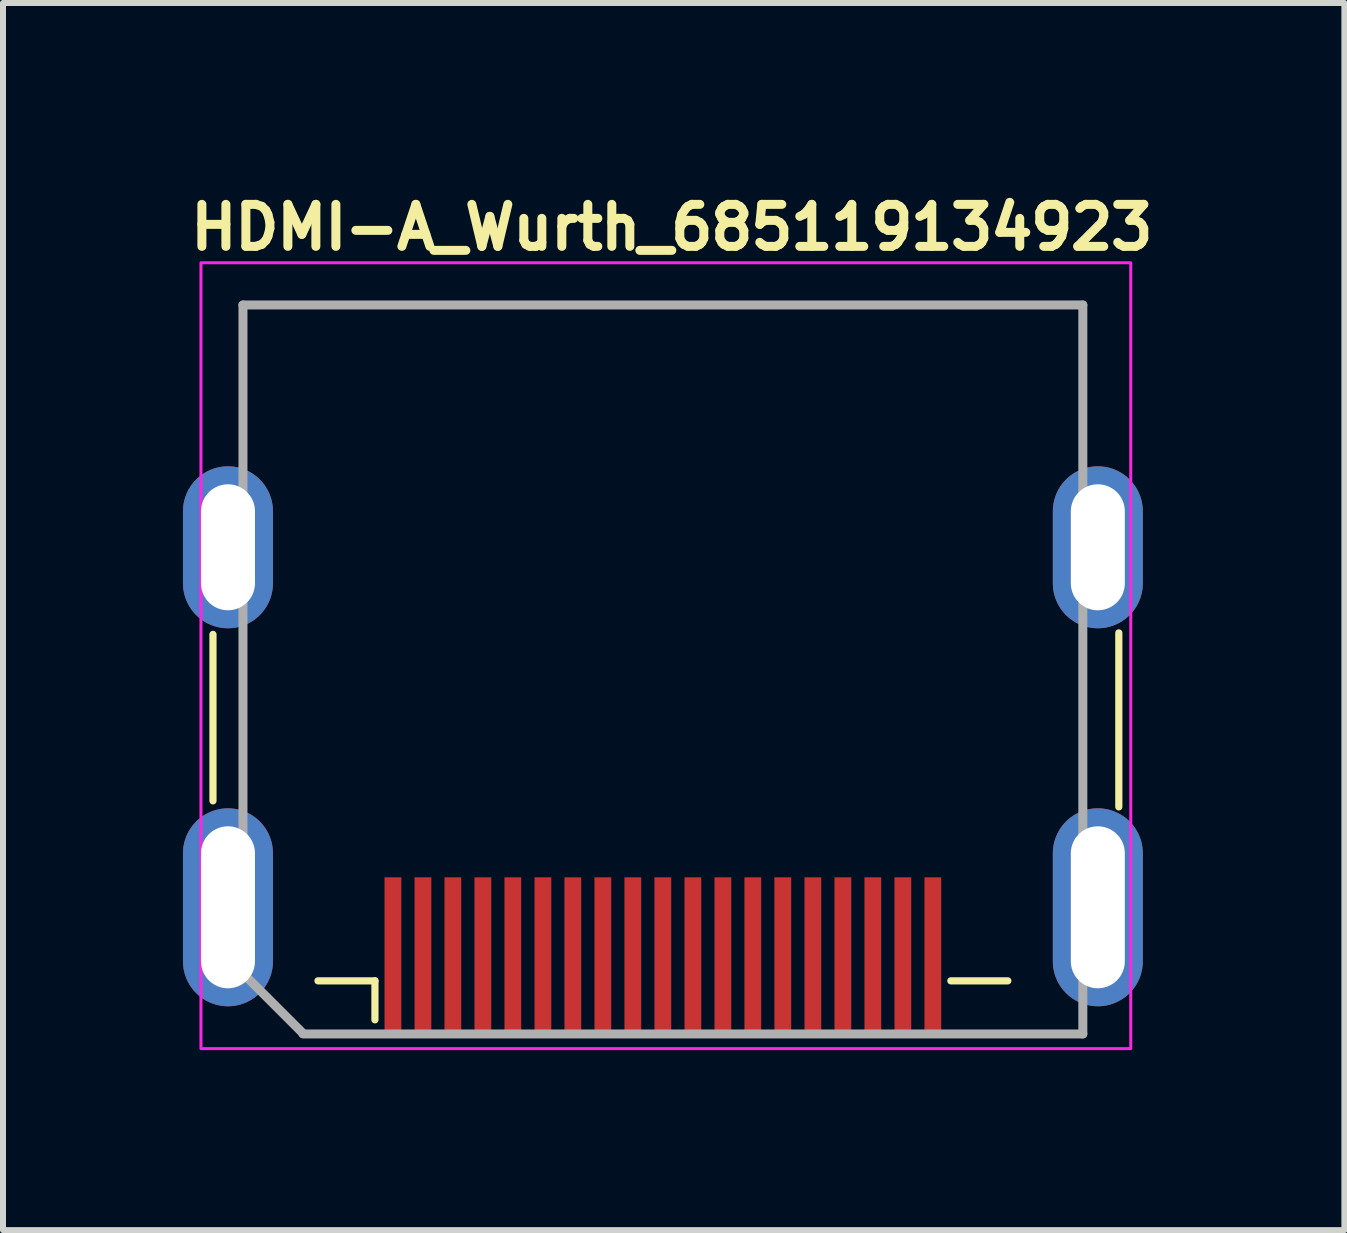
<source format=kicad_pcb>
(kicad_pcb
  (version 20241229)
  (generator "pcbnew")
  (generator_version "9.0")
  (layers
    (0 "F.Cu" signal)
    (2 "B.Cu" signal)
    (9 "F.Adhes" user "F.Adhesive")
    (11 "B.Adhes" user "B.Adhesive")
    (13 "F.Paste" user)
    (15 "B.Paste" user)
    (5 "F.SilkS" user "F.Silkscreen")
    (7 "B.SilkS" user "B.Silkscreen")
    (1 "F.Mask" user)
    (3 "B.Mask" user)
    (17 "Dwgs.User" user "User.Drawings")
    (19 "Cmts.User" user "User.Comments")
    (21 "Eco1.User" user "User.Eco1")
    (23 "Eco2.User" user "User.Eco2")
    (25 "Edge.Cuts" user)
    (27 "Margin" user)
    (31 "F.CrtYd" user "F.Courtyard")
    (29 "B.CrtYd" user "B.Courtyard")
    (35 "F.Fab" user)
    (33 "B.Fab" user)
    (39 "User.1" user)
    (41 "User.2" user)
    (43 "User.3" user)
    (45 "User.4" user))
  (footprint "HDMI-A_Wurth_685119134923"
    (layer "F.Cu")
    (at 8.05 7.65)
    (property "Reference" "HDMI-A_Wurth_685119134923" (at -8 -6.5 0) (layer "F.SilkS") (effects (font (size 0.7 0.7) (thickness 0.15)) (justify left bottom)))
    (attr smd)
    (fp_line (start -7.55 -0.125) (end -7.55 2.65) (stroke (width 0.12) (type solid)) (layer "F.SilkS"))
    (fp_line (start -4.85 5.65) (end -5.8 5.65) (stroke (width 0.12) (type solid)) (layer "F.SilkS"))
    (fp_line (start -4.85 6.3) (end -4.85 5.65) (stroke (width 0.12) (type solid)) (layer "F.SilkS"))
    (fp_line (start 5.7 5.65) (end 4.75 5.65) (stroke (width 0.12) (type solid)) (layer "F.SilkS"))
    (fp_line (start 7.55 2.75) (end 7.55 -0.15) (stroke (width 0.12) (type solid)) (layer "F.SilkS"))
    (fp_rect (start -7.75 -6.32) (end 7.749 6.78) (stroke (width 0.05) (type solid)) (fill no) (layer "F.CrtYd"))
    (fp_line (start -7.05 -5.616) (end 6.95 -5.616) (stroke (width 0.15) (type solid)) (layer "F.Fab"))
    (fp_line (start -7.05 5.525) (end -7.05 -5.616) (stroke (width 0.15) (type solid)) (layer "F.Fab"))
    (fp_line (start -7.05 5.525) (end -6.05 6.525) (stroke (width 0.15) (type solid)) (layer "F.Fab"))
    (fp_line (start 6.95 6.535) (end -6.05 6.535) (stroke (width 0.15) (type solid)) (layer "F.Fab"))
    (fp_line (start 6.95 6.535) (end 6.95 -5.616) (stroke (width 0.15) (type solid)) (layer "F.Fab"))
    (fp_rect (start -7.5 -6.077) (end 7.499 6.073) (stroke (width 0.1) (type solid)) (fill no) (layer "User.5"))
    (fp_line (start -7.5 -6.077) (end -7.351 -6.077) (stroke (width 0.02) (type solid)) (layer "User.9"))
    (fp_line (start -7.5 3.724) (end -7.5 -6.077) (stroke (width 0.02) (type solid)) (layer "User.9"))
    (fp_line (start -7.5 3.724) (end -7.5 4.325) (stroke (width 0.02) (type solid)) (layer "User.9"))
    (fp_line (start -7.5 3.724) (end -7.351 3.724) (stroke (width 0.02) (type solid)) (layer "User.9"))
    (fp_line (start -7.5 4.273) (end -7.5 4.325) (stroke (width 0.02) (type solid)) (layer "User.9"))
    (fp_line (start -7.5 4.325) (end -7.5 4.387) (stroke (width 0.02) (type solid)) (layer "User.9"))
    (fp_line (start -7.5 4.325) (end -7.5 4.411) (stroke (width 0.02) (type solid)) (layer "User.9"))
    (fp_line (start -7.5 4.387) (end -7.494 4.448) (stroke (width 0.02) (type solid)) (layer "User.9"))
    (fp_line (start -7.5 4.411) (end -7.5 4.411) (stroke (width 0.02) (type solid)) (layer "User.9"))
    (fp_line (start -7.5 4.411) (end -7.5 4.623) (stroke (width 0.02) (type solid)) (layer "User.9"))
    (fp_line (start -7.5 4.623) (end -7.5 5.224) (stroke (width 0.02) (type solid)) (layer "User.9"))
    (fp_line (start -7.5 5.437) (end -7.5 5.224) (stroke (width 0.02) (type solid)) (layer "User.9"))
    (fp_line (start -7.5 5.437) (end -7.5 5.437) (stroke (width 0.02) (type solid)) (layer "User.9"))
    (fp_line (start -7.5 5.525) (end -7.5 5.437) (stroke (width 0.02) (type solid)) (layer "User.9"))
    (fp_line (start -7.494 4.448) (end -7.484 4.511) (stroke (width 0.02) (type solid)) (layer "User.9"))
    (fp_line (start -7.484 4.511) (end -7.47 4.57) (stroke (width 0.02) (type solid)) (layer "User.9"))
    (fp_line (start -7.47 4.57) (end -7.454 4.629) (stroke (width 0.02) (type solid)) (layer "User.9"))
    (fp_line (start -7.454 4.629) (end -7.433 4.687) (stroke (width 0.02) (type solid)) (layer "User.9"))
    (fp_line (start -7.433 4.687) (end -7.409 4.743) (stroke (width 0.02) (type solid)) (layer "User.9"))
    (fp_line (start -7.409 4.743) (end -7.382 4.799) (stroke (width 0.02) (type solid)) (layer "User.9"))
    (fp_line (start -7.382 4.799) (end -7.351 4.852) (stroke (width 0.02) (type solid)) (layer "User.9"))
    (fp_line (start -7.351 -6.077) (end -7.351 -6.077) (stroke (width 0.02) (type solid)) (layer "User.9"))
    (fp_line (start -7.351 -6.077) (end -6.992 -6.077) (stroke (width 0.02) (type solid)) (layer "User.9"))
    (fp_line (start -7.351 3.724) (end -7.351 3.724) (stroke (width 0.02) (type solid)) (layer "User.9"))
    (fp_line (start -7.351 3.724) (end -7.351 4.623) (stroke (width 0.02) (type solid)) (layer "User.9"))
    (fp_line (start -7.351 3.724) (end -6.992 3.724) (stroke (width 0.02) (type solid)) (layer "User.9"))
    (fp_line (start -7.351 4.852) (end -7.316 4.903) (stroke (width 0.02) (type solid)) (layer "User.9"))
    (fp_line (start -7.316 4.903) (end -7.279 4.951) (stroke (width 0.02) (type solid)) (layer "User.9"))
    (fp_line (start -7.279 4.951) (end -7.239 4.998) (stroke (width 0.02) (type solid)) (layer "User.9"))
    (fp_line (start -7.239 4.998) (end -7.196 5.043) (stroke (width 0.02) (type solid)) (layer "User.9"))
    (fp_line (start -7.196 5.043) (end -7.151 5.084) (stroke (width 0.02) (type solid)) (layer "User.9"))
    (fp_line (start -7.151 5.084) (end -7.103 5.123) (stroke (width 0.02) (type solid)) (layer "User.9"))
    (fp_line (start -7.103 5.123) (end -7.052 5.16) (stroke (width 0.02) (type solid)) (layer "User.9"))
    (fp_line (start -7.05 3.724) (end -7.05 3.773) (stroke (width 0.02) (type solid)) (layer "User.9"))
    (fp_line (start -7.05 3.773) (end -7.05 5.275) (stroke (width 0.02) (type solid)) (layer "User.9"))
    (fp_line (start -7.05 3.773) (end -5.901 3.773) (stroke (width 0.02) (type solid)) (layer "User.9"))
    (fp_line (start -7.05 4.623) (end -7.351 4.623) (stroke (width 0.02) (type solid)) (layer "User.9"))
    (fp_line (start -7.05 5.275) (end -5.901 5.275) (stroke (width 0.02) (type solid)) (layer "User.9"))
    (fp_line (start -7 3.773) (end -7 3.724) (stroke (width 0.02) (type solid)) (layer "User.9"))
    (fp_line (start -7 5.277) (end -7 5.275) (stroke (width 0.02) (type solid)) (layer "User.9"))
    (fp_line (start -7 5.277) (end -7 5.525) (stroke (width 0.02) (type solid)) (layer "User.9"))
    (fp_line (start -7 5.277) (end -6.805 5.277) (stroke (width 0.02) (type solid)) (layer "User.9"))
    (fp_line (start -7 5.525) (end -7.5 5.525) (stroke (width 0.02) (type solid)) (layer "User.9"))
    (fp_line (start -7 6.073) (end -7 5.525) (stroke (width 0.02) (type solid)) (layer "User.9"))
    (fp_line (start -6.992 -6.077) (end 6.99 -6.077) (stroke (width 0.02) (type solid)) (layer "User.9"))
    (fp_line (start -6.813 5.275) (end -6.776 5.286) (stroke (width 0.02) (type solid)) (layer "User.9"))
    (fp_line (start -6.776 5.286) (end -6.736 5.296) (stroke (width 0.02) (type solid)) (layer "User.9"))
    (fp_line (start -6.736 5.296) (end -6.699 5.304) (stroke (width 0.02) (type solid)) (layer "User.9"))
    (fp_line (start -6.699 5.304) (end -6.659 5.312) (stroke (width 0.02) (type solid)) (layer "User.9"))
    (fp_line (start -6.659 5.312) (end -6.619 5.317) (stroke (width 0.02) (type solid)) (layer "User.9"))
    (fp_line (start -6.619 5.317) (end -6.58 5.32) (stroke (width 0.02) (type solid)) (layer "User.9"))
    (fp_line (start -6.58 5.32) (end -6.54 5.323) (stroke (width 0.02) (type solid)) (layer "User.9"))
    (fp_line (start -6.54 5.323) (end -6.5 5.323) (stroke (width 0.02) (type solid)) (layer "User.9"))
    (fp_line (start -6 5.323) (end -6.5 5.323) (stroke (width 0.02) (type solid)) (layer "User.9"))
    (fp_line (start -5.901 3.773) (end -5.901 5.275) (stroke (width 0.02) (type solid)) (layer "User.9"))
    (fp_line (start -5.901 5.525) (end -7 5.525) (stroke (width 0.02) (type solid)) (layer "User.9"))
    (fp_line (start -5.901 5.525) (end -5.901 5.323) (stroke (width 0.02) (type solid)) (layer "User.9"))
    (fp_line (start -5.901 6.073) (end -7 6.073) (stroke (width 0.02) (type solid)) (layer "User.9"))
    (fp_line (start -5.901 6.073) (end -5.901 5.525) (stroke (width 0.02) (type solid)) (layer "User.9"))
    (fp_line (start -5.789 5.323) (end -6 5.323) (stroke (width 0.02) (type solid)) (layer "User.9"))
    (fp_line (start -5.789 5.323) (end -5.789 5.323) (stroke (width 0.02) (type solid)) (layer "User.9"))
    (fp_line (start -5.765 3.724) (end -6.992 3.724) (stroke (width 0.02) (type solid)) (layer "User.9"))
    (fp_line (start -5.752 3.725) (end -5.765 3.724) (stroke (width 0.02) (type solid)) (layer "User.9"))
    (fp_line (start -5.736 3.725) (end -5.752 3.725) (stroke (width 0.02) (type solid)) (layer "User.9"))
    (fp_line (start -5.721 3.728) (end -5.736 3.725) (stroke (width 0.02) (type solid)) (layer "User.9"))
    (fp_line (start -5.707 3.729) (end -5.721 3.728) (stroke (width 0.02) (type solid)) (layer "User.9"))
    (fp_line (start -5.702 5.323) (end -5.789 5.323) (stroke (width 0.02) (type solid)) (layer "User.9"))
    (fp_line (start -5.702 5.323) (end -5.702 5.025) (stroke (width 0.02) (type solid)) (layer "User.9"))
    (fp_line (start -5.693 3.733) (end -5.707 3.729) (stroke (width 0.02) (type solid)) (layer "User.9"))
    (fp_line (start -5.678 3.737) (end -5.693 3.733) (stroke (width 0.02) (type solid)) (layer "User.9"))
    (fp_line (start -5.664 3.741) (end -5.678 3.737) (stroke (width 0.02) (type solid)) (layer "User.9"))
    (fp_line (start -5.651 3.746) (end -5.664 3.741) (stroke (width 0.02) (type solid)) (layer "User.9"))
    (fp_line (start -5.638 3.753) (end -5.651 3.746) (stroke (width 0.02) (type solid)) (layer "User.9"))
    (fp_line (start -5.625 3.76) (end -5.638 3.753) (stroke (width 0.02) (type solid)) (layer "User.9"))
    (fp_line (start -5.611 3.766) (end -5.625 3.76) (stroke (width 0.02) (type solid)) (layer "User.9"))
    (fp_line (start -5.6 3.774) (end -5.611 3.766) (stroke (width 0.02) (type solid)) (layer "User.9"))
    (fp_line (start -5.587 3.782) (end -5.6 3.774) (stroke (width 0.02) (type solid)) (layer "User.9"))
    (fp_line (start -5.576 3.792) (end -5.587 3.782) (stroke (width 0.02) (type solid)) (layer "User.9"))
    (fp_line (start -5.564 3.801) (end -5.576 3.792) (stroke (width 0.02) (type solid)) (layer "User.9"))
    (fp_line (start -5.553 3.812) (end -5.564 3.801) (stroke (width 0.02) (type solid)) (layer "User.9"))
    (fp_line (start -5.553 3.812) (end -5.553 3.812) (stroke (width 0.02) (type solid)) (layer "User.9"))
    (fp_line (start -5.544 3.822) (end -5.553 3.812) (stroke (width 0.02) (type solid)) (layer "User.9"))
    (fp_line (start -5.534 3.833) (end -5.544 3.822) (stroke (width 0.02) (type solid)) (layer "User.9"))
    (fp_line (start -5.524 3.846) (end -5.534 3.833) (stroke (width 0.02) (type solid)) (layer "User.9"))
    (fp_line (start -5.516 3.858) (end -5.524 3.846) (stroke (width 0.02) (type solid)) (layer "User.9"))
    (fp_line (start -5.508 3.87) (end -5.516 3.858) (stroke (width 0.02) (type solid)) (layer "User.9"))
    (fp_line (start -5.502 3.882) (end -5.508 3.87) (stroke (width 0.02) (type solid)) (layer "User.9"))
    (fp_line (start -5.494 3.895) (end -5.502 3.882) (stroke (width 0.02) (type solid)) (layer "User.9"))
    (fp_line (start -5.489 3.91) (end -5.494 3.895) (stroke (width 0.02) (type solid)) (layer "User.9"))
    (fp_line (start -5.484 3.922) (end -5.489 3.91) (stroke (width 0.02) (type solid)) (layer "User.9"))
    (fp_line (start -5.478 3.937) (end -5.484 3.922) (stroke (width 0.02) (type solid)) (layer "User.9"))
    (fp_line (start -5.476 3.95) (end -5.478 3.937) (stroke (width 0.02) (type solid)) (layer "User.9"))
    (fp_line (start -5.471 3.966) (end -5.476 3.95) (stroke (width 0.02) (type solid)) (layer "User.9"))
    (fp_line (start -5.47 3.979) (end -5.471 3.966) (stroke (width 0.02) (type solid)) (layer "User.9"))
    (fp_line (start -5.468 3.995) (end -5.47 3.979) (stroke (width 0.02) (type solid)) (layer "User.9"))
    (fp_line (start -5.467 4.009) (end -5.468 3.995) (stroke (width 0.02) (type solid)) (layer "User.9"))
    (fp_line (start -5.465 4.023) (end -5.467 4.009) (stroke (width 0.02) (type solid)) (layer "User.9"))
    (fp_line (start -5.465 4.523) (end -5.465 4.023) (stroke (width 0.02) (type solid)) (layer "User.9"))
    (fp_line (start -5.465 4.523) (end -5.465 4.855) (stroke (width 0.02) (type solid)) (layer "User.9"))
    (fp_line (start -5.465 4.855) (end -5.465 4.855) (stroke (width 0.02) (type solid)) (layer "User.9"))
    (fp_line (start -5.465 4.855) (end -5.465 5.057) (stroke (width 0.02) (type solid)) (layer "User.9"))
    (fp_line (start -5.465 5.025) (end -5.901 5.025) (stroke (width 0.02) (type solid)) (layer "User.9"))
    (fp_line (start -5.465 5.057) (end -5.465 5.057) (stroke (width 0.02) (type solid)) (layer "User.9"))
    (fp_line (start -5.465 5.057) (end -5.465 5.232) (stroke (width 0.02) (type solid)) (layer "User.9"))
    (fp_line (start -5.465 5.232) (end -5.465 5.232) (stroke (width 0.02) (type solid)) (layer "User.9"))
    (fp_line (start -5.465 5.232) (end -5.465 5.305) (stroke (width 0.02) (type solid)) (layer "User.9"))
    (fp_line (start -5.465 5.305) (end -5.465 5.305) (stroke (width 0.02) (type solid)) (layer "User.9"))
    (fp_line (start -5.465 5.305) (end -5.465 5.371) (stroke (width 0.02) (type solid)) (layer "User.9"))
    (fp_line (start -5.465 5.371) (end -5.465 5.371) (stroke (width 0.02) (type solid)) (layer "User.9"))
    (fp_line (start -5.465 5.371) (end -5.465 5.424) (stroke (width 0.02) (type solid)) (layer "User.9"))
    (fp_line (start -5.465 5.424) (end -5.465 5.424) (stroke (width 0.02) (type solid)) (layer "User.9"))
    (fp_line (start -5.465 5.424) (end -5.465 5.467) (stroke (width 0.02) (type solid)) (layer "User.9"))
    (fp_line (start -5.465 5.467) (end -5.465 5.467) (stroke (width 0.02) (type solid)) (layer "User.9"))
    (fp_line (start -5.465 5.467) (end -5.465 5.499) (stroke (width 0.02) (type solid)) (layer "User.9"))
    (fp_line (start -5.465 5.499) (end -5.465 5.499) (stroke (width 0.02) (type solid)) (layer "User.9"))
    (fp_line (start -5.465 5.499) (end -5.465 5.517) (stroke (width 0.02) (type solid)) (layer "User.9"))
    (fp_line (start -5.465 5.517) (end -5.465 5.517) (stroke (width 0.02) (type solid)) (layer "User.9"))
    (fp_line (start -5.465 5.517) (end -5.465 5.525) (stroke (width 0.02) (type solid)) (layer "User.9"))
    (fp_line (start -4.651 5.525) (end -4.651 5.823) (stroke (width 0.02) (type solid)) (layer "User.9"))
    (fp_line (start -4.651 5.823) (end -4.452 5.823) (stroke (width 0.02) (type solid)) (layer "User.9"))
    (fp_line (start -4.452 5.525) (end -4.452 5.823) (stroke (width 0.02) (type solid)) (layer "User.9"))
    (fp_line (start -4.151 5.525) (end -4.151 5.823) (stroke (width 0.02) (type solid)) (layer "User.9"))
    (fp_line (start -4.151 5.823) (end -3.951 5.823) (stroke (width 0.02) (type solid)) (layer "User.9"))
    (fp_line (start -3.951 5.525) (end -3.951 5.823) (stroke (width 0.02) (type solid)) (layer "User.9"))
    (fp_line (start -3.766 4.299) (end -3.766 4.325) (stroke (width 0.02) (type solid)) (layer "User.9"))
    (fp_line (start -3.766 4.523) (end -3.766 4.325) (stroke (width 0.02) (type solid)) (layer "User.9"))
    (fp_line (start -3.766 4.523) (end -3.766 5.195) (stroke (width 0.02) (type solid)) (layer "User.9"))
    (fp_line (start -3.766 5.014) (end -3.766 5.014) (stroke (width 0.02) (type solid)) (layer "User.9"))
    (fp_line (start -3.766 5.014) (end -3.766 5.015) (stroke (width 0.02) (type solid)) (layer "User.9"))
    (fp_line (start -3.766 5.015) (end -3.766 5.015) (stroke (width 0.02) (type solid)) (layer "User.9"))
    (fp_line (start -3.766 5.015) (end -3.766 5.017) (stroke (width 0.02) (type solid)) (layer "User.9"))
    (fp_line (start -3.766 5.017) (end -3.766 5.017) (stroke (width 0.02) (type solid)) (layer "User.9"))
    (fp_line (start -3.766 5.017) (end -3.766 5.017) (stroke (width 0.02) (type solid)) (layer "User.9"))
    (fp_line (start -3.766 5.017) (end -3.766 5.017) (stroke (width 0.02) (type solid)) (layer "User.9"))
    (fp_line (start -3.766 5.017) (end -3.766 5.019) (stroke (width 0.02) (type solid)) (layer "User.9"))
    (fp_line (start -3.766 5.019) (end -3.766 5.019) (stroke (width 0.02) (type solid)) (layer "User.9"))
    (fp_line (start -3.766 5.019) (end -3.766 5.02) (stroke (width 0.02) (type solid)) (layer "User.9"))
    (fp_line (start -3.766 5.02) (end -3.765 5.02) (stroke (width 0.02) (type solid)) (layer "User.9"))
    (fp_line (start -3.766 5.195) (end -3.766 5.195) (stroke (width 0.02) (type solid)) (layer "User.9"))
    (fp_line (start -3.766 5.195) (end -3.766 5.269) (stroke (width 0.02) (type solid)) (layer "User.9"))
    (fp_line (start -3.766 5.269) (end -3.766 5.269) (stroke (width 0.02) (type solid)) (layer "User.9"))
    (fp_line (start -3.766 5.269) (end -3.766 5.334) (stroke (width 0.02) (type solid)) (layer "User.9"))
    (fp_line (start -3.766 5.334) (end -3.766 5.334) (stroke (width 0.02) (type solid)) (layer "User.9"))
    (fp_line (start -3.766 5.334) (end -3.766 5.392) (stroke (width 0.02) (type solid)) (layer "User.9"))
    (fp_line (start -3.766 5.392) (end -3.766 5.392) (stroke (width 0.02) (type solid)) (layer "User.9"))
    (fp_line (start -3.766 5.392) (end -3.766 5.438) (stroke (width 0.02) (type solid)) (layer "User.9"))
    (fp_line (start -3.766 5.438) (end -3.766 5.438) (stroke (width 0.02) (type solid)) (layer "User.9"))
    (fp_line (start -3.766 5.438) (end -3.766 5.477) (stroke (width 0.02) (type solid)) (layer "User.9"))
    (fp_line (start -3.766 5.477) (end -3.766 5.477) (stroke (width 0.02) (type solid)) (layer "User.9"))
    (fp_line (start -3.766 5.477) (end -3.766 5.504) (stroke (width 0.02) (type solid)) (layer "User.9"))
    (fp_line (start -3.766 5.504) (end -3.766 5.504) (stroke (width 0.02) (type solid)) (layer "User.9"))
    (fp_line (start -3.766 5.504) (end -3.766 5.519) (stroke (width 0.02) (type solid)) (layer "User.9"))
    (fp_line (start -3.766 5.52) (end -3.766 5.519) (stroke (width 0.02) (type solid)) (layer "User.9"))
    (fp_line (start -3.766 5.52) (end -3.766 5.52) (stroke (width 0.02) (type solid)) (layer "User.9"))
    (fp_line (start -3.766 5.52) (end -3.766 5.52) (stroke (width 0.02) (type solid)) (layer "User.9"))
    (fp_line (start -3.766 5.52) (end -3.766 5.52) (stroke (width 0.02) (type solid)) (layer "User.9"))
    (fp_line (start -3.766 5.52) (end -3.766 5.52) (stroke (width 0.02) (type solid)) (layer "User.9"))
    (fp_line (start -3.766 5.52) (end -3.766 5.52) (stroke (width 0.02) (type solid)) (layer "User.9"))
    (fp_line (start -3.766 5.52) (end -3.766 5.52) (stroke (width 0.02) (type solid)) (layer "User.9"))
    (fp_line (start -3.766 5.522) (end -3.766 5.52) (stroke (width 0.02) (type solid)) (layer "User.9"))
    (fp_line (start -3.766 5.522) (end -3.766 5.522) (stroke (width 0.02) (type solid)) (layer "User.9"))
    (fp_line (start -3.766 5.522) (end -3.766 5.522) (stroke (width 0.02) (type solid)) (layer "User.9"))
    (fp_line (start -3.765 5.02) (end -3.765 5.02) (stroke (width 0.02) (type solid)) (layer "User.9"))
    (fp_line (start -3.765 5.02) (end -3.765 5.02) (stroke (width 0.02) (type solid)) (layer "User.9"))
    (fp_line (start -3.765 5.02) (end -3.765 5.02) (stroke (width 0.02) (type solid)) (layer "User.9"))
    (fp_line (start -3.765 5.02) (end -3.763 5.022) (stroke (width 0.02) (type solid)) (layer "User.9"))
    (fp_line (start -3.765 5.522) (end -3.766 5.522) (stroke (width 0.02) (type solid)) (layer "User.9"))
    (fp_line (start -3.765 5.522) (end -3.765 5.522) (stroke (width 0.02) (type solid)) (layer "User.9"))
    (fp_line (start -3.765 5.522) (end -3.765 5.522) (stroke (width 0.02) (type solid)) (layer "User.9"))
    (fp_line (start -3.763 4.275) (end -3.766 4.299) (stroke (width 0.02) (type solid)) (layer "User.9"))
    (fp_line (start -3.763 5.022) (end -3.763 5.022) (stroke (width 0.02) (type solid)) (layer "User.9"))
    (fp_line (start -3.763 5.022) (end -3.763 5.022) (stroke (width 0.02) (type solid)) (layer "User.9"))
    (fp_line (start -3.763 5.022) (end -3.762 5.022) (stroke (width 0.02) (type solid)) (layer "User.9"))
    (fp_line (start -3.763 5.522) (end -3.765 5.522) (stroke (width 0.02) (type solid)) (layer "User.9"))
    (fp_line (start -3.762 5.022) (end -3.762 5.022) (stroke (width 0.02) (type solid)) (layer "User.9"))
    (fp_line (start -3.762 5.022) (end -3.762 5.022) (stroke (width 0.02) (type solid)) (layer "User.9"))
    (fp_line (start -3.762 5.022) (end -3.762 5.022) (stroke (width 0.02) (type solid)) (layer "User.9"))
    (fp_line (start -3.762 5.022) (end -3.762 5.023) (stroke (width 0.02) (type solid)) (layer "User.9"))
    (fp_line (start -3.762 5.023) (end -3.761 5.023) (stroke (width 0.02) (type solid)) (layer "User.9"))
    (fp_line (start -3.762 5.523) (end -3.763 5.522) (stroke (width 0.02) (type solid)) (layer "User.9"))
    (fp_line (start -3.762 5.523) (end -3.762 5.523) (stroke (width 0.02) (type solid)) (layer "User.9"))
    (fp_line (start -3.762 5.523) (end -3.762 5.523) (stroke (width 0.02) (type solid)) (layer "User.9"))
    (fp_line (start -3.761 4.251) (end -3.763 4.275) (stroke (width 0.02) (type solid)) (layer "User.9"))
    (fp_line (start -3.761 5.023) (end -3.761 5.023) (stroke (width 0.02) (type solid)) (layer "User.9"))
    (fp_line (start -3.761 5.023) (end -3.759 5.023) (stroke (width 0.02) (type solid)) (layer "User.9"))
    (fp_line (start -3.761 5.523) (end -3.762 5.523) (stroke (width 0.02) (type solid)) (layer "User.9"))
    (fp_line (start -3.759 5.023) (end -3.759 5.023) (stroke (width 0.02) (type solid)) (layer "User.9"))
    (fp_line (start -3.759 5.023) (end -3.758 5.023) (stroke (width 0.02) (type solid)) (layer "User.9"))
    (fp_line (start -3.759 5.523) (end -3.761 5.523) (stroke (width 0.02) (type solid)) (layer "User.9"))
    (fp_line (start -3.758 5.023) (end -3.758 5.023) (stroke (width 0.02) (type solid)) (layer "User.9"))
    (fp_line (start -3.758 5.023) (end -3.758 5.023) (stroke (width 0.02) (type solid)) (layer "User.9"))
    (fp_line (start -3.758 5.023) (end -3.758 5.023) (stroke (width 0.02) (type solid)) (layer "User.9"))
    (fp_line (start -3.758 5.023) (end -3.757 5.023) (stroke (width 0.02) (type solid)) (layer "User.9"))
    (fp_line (start -3.758 5.523) (end -3.759 5.523) (stroke (width 0.02) (type solid)) (layer "User.9"))
    (fp_line (start -3.758 5.523) (end -3.758 5.523) (stroke (width 0.02) (type solid)) (layer "User.9"))
    (fp_line (start -3.757 4.225) (end -3.761 4.251) (stroke (width 0.02) (type solid)) (layer "User.9"))
    (fp_line (start -3.757 5.023) (end -3.755 5.025) (stroke (width 0.02) (type solid)) (layer "User.9"))
    (fp_line (start -3.755 5.525) (end -5.465 5.525) (stroke (width 0.02) (type solid)) (layer "User.9"))
    (fp_line (start -3.755 5.525) (end -3.758 5.523) (stroke (width 0.02) (type solid)) (layer "User.9"))
    (fp_line (start -3.755 5.525) (end -3.583 5.525) (stroke (width 0.02) (type solid)) (layer "User.9"))
    (fp_line (start -3.75 4.203) (end -3.757 4.225) (stroke (width 0.02) (type solid)) (layer "User.9"))
    (fp_line (start -3.745 4.179) (end -3.75 4.203) (stroke (width 0.02) (type solid)) (layer "User.9"))
    (fp_line (start -3.737 4.155) (end -3.745 4.179) (stroke (width 0.02) (type solid)) (layer "User.9"))
    (fp_line (start -3.727 4.132) (end -3.737 4.155) (stroke (width 0.02) (type solid)) (layer "User.9"))
    (fp_line (start -3.718 4.11) (end -3.727 4.132) (stroke (width 0.02) (type solid)) (layer "User.9"))
    (fp_line (start -3.708 4.089) (end -3.718 4.11) (stroke (width 0.02) (type solid)) (layer "User.9"))
    (fp_line (start -3.696 4.068) (end -3.708 4.089) (stroke (width 0.02) (type solid)) (layer "User.9"))
    (fp_line (start -3.681 4.046) (end -3.696 4.068) (stroke (width 0.02) (type solid)) (layer "User.9"))
    (fp_line (start -3.668 4.027) (end -3.681 4.046) (stroke (width 0.02) (type solid)) (layer "User.9"))
    (fp_line (start -3.653 4.007) (end -3.668 4.027) (stroke (width 0.02) (type solid)) (layer "User.9"))
    (fp_line (start -3.65 5.525) (end -3.65 5.823) (stroke (width 0.02) (type solid)) (layer "User.9"))
    (fp_line (start -3.65 5.823) (end -3.451 5.823) (stroke (width 0.02) (type solid)) (layer "User.9"))
    (fp_line (start -3.637 3.988) (end -3.653 4.007) (stroke (width 0.02) (type solid)) (layer "User.9"))
    (fp_line (start -3.62 3.971) (end -3.637 3.988) (stroke (width 0.02) (type solid)) (layer "User.9"))
    (fp_line (start -3.62 3.971) (end -3.62 3.971) (stroke (width 0.02) (type solid)) (layer "User.9"))
    (fp_line (start -3.601 3.954) (end -3.62 3.971) (stroke (width 0.02) (type solid)) (layer "User.9"))
    (fp_line (start -3.583 3.938) (end -3.601 3.954) (stroke (width 0.02) (type solid)) (layer "User.9"))
    (fp_line (start -3.583 5.525) (end -3.583 5.525) (stroke (width 0.02) (type solid)) (layer "User.9"))
    (fp_line (start -3.583 5.525) (end -3.266 5.525) (stroke (width 0.02) (type solid)) (layer "User.9"))
    (fp_line (start -3.564 3.922) (end -3.583 3.938) (stroke (width 0.02) (type solid)) (layer "User.9"))
    (fp_line (start -3.544 3.909) (end -3.564 3.922) (stroke (width 0.02) (type solid)) (layer "User.9"))
    (fp_line (start -3.523 3.894) (end -3.544 3.909) (stroke (width 0.02) (type solid)) (layer "User.9"))
    (fp_line (start -3.501 3.882) (end -3.523 3.894) (stroke (width 0.02) (type solid)) (layer "User.9"))
    (fp_line (start -3.48 3.871) (end -3.501 3.882) (stroke (width 0.02) (type solid)) (layer "User.9"))
    (fp_line (start -3.457 3.862) (end -3.48 3.871) (stroke (width 0.02) (type solid)) (layer "User.9"))
    (fp_line (start -3.451 5.525) (end -3.451 5.823) (stroke (width 0.02) (type solid)) (layer "User.9"))
    (fp_line (start -3.435 3.854) (end -3.457 3.862) (stroke (width 0.02) (type solid)) (layer "User.9"))
    (fp_line (start -3.411 3.846) (end -3.435 3.854) (stroke (width 0.02) (type solid)) (layer "User.9"))
    (fp_line (start -3.387 3.839) (end -3.411 3.846) (stroke (width 0.02) (type solid)) (layer "User.9"))
    (fp_line (start -3.364 3.833) (end -3.387 3.839) (stroke (width 0.02) (type solid)) (layer "User.9"))
    (fp_line (start -3.339 3.829) (end -3.364 3.833) (stroke (width 0.02) (type solid)) (layer "User.9"))
    (fp_line (start -3.315 3.826) (end -3.339 3.829) (stroke (width 0.02) (type solid)) (layer "User.9"))
    (fp_line (start -3.29 3.825) (end -3.315 3.826) (stroke (width 0.02) (type solid)) (layer "User.9"))
    (fp_line (start -3.266 3.824) (end -3.29 3.825) (stroke (width 0.02) (type solid)) (layer "User.9"))
    (fp_line (start -3.266 3.824) (end -1.266 3.824) (stroke (width 0.02) (type solid)) (layer "User.9"))
    (fp_line (start -3.15 5.525) (end -3.15 5.823) (stroke (width 0.02) (type solid)) (layer "User.9"))
    (fp_line (start -3.15 5.823) (end -2.951 5.823) (stroke (width 0.02) (type solid)) (layer "User.9"))
    (fp_line (start -2.951 5.525) (end -2.951 5.823) (stroke (width 0.02) (type solid)) (layer "User.9"))
    (fp_line (start -2.65 5.525) (end -2.65 5.823) (stroke (width 0.02) (type solid)) (layer "User.9"))
    (fp_line (start -2.65 5.823) (end -2.451 5.823) (stroke (width 0.02) (type solid)) (layer "User.9"))
    (fp_line (start -2.451 5.525) (end -2.451 5.823) (stroke (width 0.02) (type solid)) (layer "User.9"))
    (fp_line (start -2.15 5.525) (end -2.15 5.823) (stroke (width 0.02) (type solid)) (layer "User.9"))
    (fp_line (start -2.15 5.823) (end -1.95 5.823) (stroke (width 0.02) (type solid)) (layer "User.9"))
    (fp_line (start -1.95 5.525) (end -1.95 5.823) (stroke (width 0.02) (type solid)) (layer "User.9"))
    (fp_line (start -1.651 5.525) (end -1.651 5.823) (stroke (width 0.02) (type solid)) (layer "User.9"))
    (fp_line (start -1.651 5.823) (end -1.45 5.823) (stroke (width 0.02) (type solid)) (layer "User.9"))
    (fp_line (start -1.45 5.525) (end -1.45 5.823) (stroke (width 0.02) (type solid)) (layer "User.9"))
    (fp_line (start -1.266 5.525) (end -3.266 5.525) (stroke (width 0.02) (type solid)) (layer "User.9"))
    (fp_line (start -1.266 5.525) (end -0.95 5.525) (stroke (width 0.02) (type solid)) (layer "User.9"))
    (fp_line (start -1.242 3.825) (end -1.266 3.824) (stroke (width 0.02) (type solid)) (layer "User.9"))
    (fp_line (start -1.216 3.826) (end -1.242 3.825) (stroke (width 0.02) (type solid)) (layer "User.9"))
    (fp_line (start -1.192 3.829) (end -1.216 3.826) (stroke (width 0.02) (type solid)) (layer "User.9"))
    (fp_line (start -1.168 3.833) (end -1.192 3.829) (stroke (width 0.02) (type solid)) (layer "User.9"))
    (fp_line (start -1.151 5.525) (end -1.151 5.823) (stroke (width 0.02) (type solid)) (layer "User.9"))
    (fp_line (start -1.151 5.823) (end -0.951 5.823) (stroke (width 0.02) (type solid)) (layer "User.9"))
    (fp_line (start -1.145 3.839) (end -1.168 3.833) (stroke (width 0.02) (type solid)) (layer "User.9"))
    (fp_line (start -1.121 3.846) (end -1.145 3.839) (stroke (width 0.02) (type solid)) (layer "User.9"))
    (fp_line (start -1.097 3.854) (end -1.121 3.846) (stroke (width 0.02) (type solid)) (layer "User.9"))
    (fp_line (start -1.075 3.862) (end -1.097 3.854) (stroke (width 0.02) (type solid)) (layer "User.9"))
    (fp_line (start -1.053 3.871) (end -1.075 3.862) (stroke (width 0.02) (type solid)) (layer "User.9"))
    (fp_line (start -1.031 3.882) (end -1.053 3.871) (stroke (width 0.02) (type solid)) (layer "User.9"))
    (fp_line (start -1.01 3.894) (end -1.031 3.882) (stroke (width 0.02) (type solid)) (layer "User.9"))
    (fp_line (start -0.988 3.909) (end -1.01 3.894) (stroke (width 0.02) (type solid)) (layer "User.9"))
    (fp_line (start -0.968 3.922) (end -0.988 3.909) (stroke (width 0.02) (type solid)) (layer "User.9"))
    (fp_line (start -0.951 5.525) (end -0.951 5.823) (stroke (width 0.02) (type solid)) (layer "User.9"))
    (fp_line (start -0.95 3.938) (end -0.968 3.922) (stroke (width 0.02) (type solid)) (layer "User.9"))
    (fp_line (start -0.95 5.525) (end -0.95 5.525) (stroke (width 0.02) (type solid)) (layer "User.9"))
    (fp_line (start -0.95 5.525) (end -0.777 5.525) (stroke (width 0.02) (type solid)) (layer "User.9"))
    (fp_line (start -0.931 3.954) (end -0.95 3.938) (stroke (width 0.02) (type solid)) (layer "User.9"))
    (fp_line (start -0.913 3.971) (end -0.931 3.954) (stroke (width 0.02) (type solid)) (layer "User.9"))
    (fp_line (start -0.913 3.971) (end -0.913 3.971) (stroke (width 0.02) (type solid)) (layer "User.9"))
    (fp_line (start -0.895 3.988) (end -0.913 3.971) (stroke (width 0.02) (type solid)) (layer "User.9"))
    (fp_line (start -0.879 4.007) (end -0.895 3.988) (stroke (width 0.02) (type solid)) (layer "User.9"))
    (fp_line (start -0.864 4.027) (end -0.879 4.007) (stroke (width 0.02) (type solid)) (layer "User.9"))
    (fp_line (start -0.85 4.046) (end -0.864 4.027) (stroke (width 0.02) (type solid)) (layer "User.9"))
    (fp_line (start -0.836 4.068) (end -0.85 4.046) (stroke (width 0.02) (type solid)) (layer "User.9"))
    (fp_line (start -0.825 4.089) (end -0.836 4.068) (stroke (width 0.02) (type solid)) (layer "User.9"))
    (fp_line (start -0.814 4.11) (end -0.825 4.089) (stroke (width 0.02) (type solid)) (layer "User.9"))
    (fp_line (start -0.805 4.132) (end -0.814 4.11) (stroke (width 0.02) (type solid)) (layer "User.9"))
    (fp_line (start -0.796 4.155) (end -0.805 4.132) (stroke (width 0.02) (type solid)) (layer "User.9"))
    (fp_line (start -0.788 4.179) (end -0.796 4.155) (stroke (width 0.02) (type solid)) (layer "User.9"))
    (fp_line (start -0.782 4.203) (end -0.788 4.179) (stroke (width 0.02) (type solid)) (layer "User.9"))
    (fp_line (start -0.777 5.025) (end -3.755 5.025) (stroke (width 0.02) (type solid)) (layer "User.9"))
    (fp_line (start -0.777 5.025) (end -0.776 5.023) (stroke (width 0.02) (type solid)) (layer "User.9"))
    (fp_line (start -0.776 4.225) (end -0.782 4.203) (stroke (width 0.02) (type solid)) (layer "User.9"))
    (fp_line (start -0.776 5.023) (end -0.775 5.023) (stroke (width 0.02) (type solid)) (layer "User.9"))
    (fp_line (start -0.776 5.523) (end -0.777 5.525) (stroke (width 0.02) (type solid)) (layer "User.9"))
    (fp_line (start -0.775 5.023) (end -0.775 5.023) (stroke (width 0.02) (type solid)) (layer "User.9"))
    (fp_line (start -0.775 5.023) (end -0.774 5.023) (stroke (width 0.02) (type solid)) (layer "User.9"))
    (fp_line (start -0.775 5.523) (end -0.776 5.523) (stroke (width 0.02) (type solid)) (layer "User.9"))
    (fp_line (start -0.775 5.523) (end -0.775 5.523) (stroke (width 0.02) (type solid)) (layer "User.9"))
    (fp_line (start -0.774 5.023) (end -0.774 5.023) (stroke (width 0.02) (type solid)) (layer "User.9"))
    (fp_line (start -0.774 5.023) (end -0.773 5.023) (stroke (width 0.02) (type solid)) (layer "User.9"))
    (fp_line (start -0.774 5.523) (end -0.775 5.523) (stroke (width 0.02) (type solid)) (layer "User.9"))
    (fp_line (start -0.774 5.523) (end -0.774 5.523) (stroke (width 0.02) (type solid)) (layer "User.9"))
    (fp_line (start -0.773 5.023) (end -0.773 5.023) (stroke (width 0.02) (type solid)) (layer "User.9"))
    (fp_line (start -0.773 5.023) (end -0.772 5.023) (stroke (width 0.02) (type solid)) (layer "User.9"))
    (fp_line (start -0.773 5.523) (end -0.774 5.523) (stroke (width 0.02) (type solid)) (layer "User.9"))
    (fp_line (start -0.773 5.523) (end -0.773 5.523) (stroke (width 0.02) (type solid)) (layer "User.9"))
    (fp_line (start -0.772 4.251) (end -0.776 4.225) (stroke (width 0.02) (type solid)) (layer "User.9"))
    (fp_line (start -0.772 5.023) (end -0.772 5.023) (stroke (width 0.02) (type solid)) (layer "User.9"))
    (fp_line (start -0.772 5.023) (end -0.771 5.023) (stroke (width 0.02) (type solid)) (layer "User.9"))
    (fp_line (start -0.772 5.523) (end -0.773 5.523) (stroke (width 0.02) (type solid)) (layer "User.9"))
    (fp_line (start -0.772 5.523) (end -0.772 5.523) (stroke (width 0.02) (type solid)) (layer "User.9"))
    (fp_line (start -0.771 5.022) (end -0.77 5.022) (stroke (width 0.02) (type solid)) (layer "User.9"))
    (fp_line (start -0.771 5.023) (end -0.771 5.022) (stroke (width 0.02) (type solid)) (layer "User.9"))
    (fp_line (start -0.771 5.523) (end -0.772 5.523) (stroke (width 0.02) (type solid)) (layer "User.9"))
    (fp_line (start -0.771 5.523) (end -0.771 5.523) (stroke (width 0.02) (type solid)) (layer "User.9"))
    (fp_line (start -0.77 5.022) (end -0.77 5.022) (stroke (width 0.02) (type solid)) (layer "User.9"))
    (fp_line (start -0.77 5.022) (end -0.77 5.022) (stroke (width 0.02) (type solid)) (layer "User.9"))
    (fp_line (start -0.77 5.022) (end -0.768 5.022) (stroke (width 0.02) (type solid)) (layer "User.9"))
    (fp_line (start -0.77 5.523) (end -0.771 5.523) (stroke (width 0.02) (type solid)) (layer "User.9"))
    (fp_line (start -0.77 5.523) (end -0.77 5.523) (stroke (width 0.02) (type solid)) (layer "User.9"))
    (fp_line (start -0.77 5.523) (end -0.77 5.523) (stroke (width 0.02) (type solid)) (layer "User.9"))
    (fp_line (start -0.768 4.275) (end -0.772 4.251) (stroke (width 0.02) (type solid)) (layer "User.9"))
    (fp_line (start -0.768 5.022) (end -0.768 5.022) (stroke (width 0.02) (type solid)) (layer "User.9"))
    (fp_line (start -0.768 5.022) (end -0.768 5.022) (stroke (width 0.02) (type solid)) (layer "User.9"))
    (fp_line (start -0.768 5.022) (end -0.767 5.02) (stroke (width 0.02) (type solid)) (layer "User.9"))
    (fp_line (start -0.768 5.522) (end -0.77 5.523) (stroke (width 0.02) (type solid)) (layer "User.9"))
    (fp_line (start -0.768 5.522) (end -0.768 5.522) (stroke (width 0.02) (type solid)) (layer "User.9"))
    (fp_line (start -0.768 5.522) (end -0.768 5.522) (stroke (width 0.02) (type solid)) (layer "User.9"))
    (fp_line (start -0.767 5.02) (end -0.767 5.02) (stroke (width 0.02) (type solid)) (layer "User.9"))
    (fp_line (start -0.767 5.02) (end -0.767 5.02) (stroke (width 0.02) (type solid)) (layer "User.9"))
    (fp_line (start -0.767 5.02) (end -0.767 5.02) (stroke (width 0.02) (type solid)) (layer "User.9"))
    (fp_line (start -0.767 5.02) (end -0.766 5.02) (stroke (width 0.02) (type solid)) (layer "User.9"))
    (fp_line (start -0.767 5.522) (end -0.768 5.522) (stroke (width 0.02) (type solid)) (layer "User.9"))
    (fp_line (start -0.767 5.522) (end -0.767 5.522) (stroke (width 0.02) (type solid)) (layer "User.9"))
    (fp_line (start -0.767 5.522) (end -0.767 5.522) (stroke (width 0.02) (type solid)) (layer "User.9"))
    (fp_line (start -0.767 5.522) (end -0.767 5.522) (stroke (width 0.02) (type solid)) (layer "User.9"))
    (fp_line (start -0.766 4.299) (end -0.768 4.275) (stroke (width 0.02) (type solid)) (layer "User.9"))
    (fp_line (start -0.766 5.014) (end -0.765 5.014) (stroke (width 0.02) (type solid)) (layer "User.9"))
    (fp_line (start -0.766 5.015) (end -0.766 5.014) (stroke (width 0.02) (type solid)) (layer "User.9"))
    (fp_line (start -0.766 5.015) (end -0.766 5.015) (stroke (width 0.02) (type solid)) (layer "User.9"))
    (fp_line (start -0.766 5.017) (end -0.766 5.015) (stroke (width 0.02) (type solid)) (layer "User.9"))
    (fp_line (start -0.766 5.017) (end -0.766 5.017) (stroke (width 0.02) (type solid)) (layer "User.9"))
    (fp_line (start -0.766 5.017) (end -0.766 5.017) (stroke (width 0.02) (type solid)) (layer "User.9"))
    (fp_line (start -0.766 5.017) (end -0.766 5.017) (stroke (width 0.02) (type solid)) (layer "User.9"))
    (fp_line (start -0.766 5.019) (end -0.766 5.017) (stroke (width 0.02) (type solid)) (layer "User.9"))
    (fp_line (start -0.766 5.019) (end -0.766 5.019) (stroke (width 0.02) (type solid)) (layer "User.9"))
    (fp_line (start -0.766 5.02) (end -0.766 5.019) (stroke (width 0.02) (type solid)) (layer "User.9"))
    (fp_line (start -0.766 5.52) (end -0.766 5.52) (stroke (width 0.02) (type solid)) (layer "User.9"))
    (fp_line (start -0.766 5.52) (end -0.766 5.52) (stroke (width 0.02) (type solid)) (layer "User.9"))
    (fp_line (start -0.766 5.52) (end -0.766 5.52) (stroke (width 0.02) (type solid)) (layer "User.9"))
    (fp_line (start -0.766 5.52) (end -0.766 5.52) (stroke (width 0.02) (type solid)) (layer "User.9"))
    (fp_line (start -0.766 5.52) (end -0.766 5.52) (stroke (width 0.02) (type solid)) (layer "User.9"))
    (fp_line (start -0.766 5.52) (end -0.766 5.52) (stroke (width 0.02) (type solid)) (layer "User.9"))
    (fp_line (start -0.766 5.52) (end -0.766 5.522) (stroke (width 0.02) (type solid)) (layer "User.9"))
    (fp_line (start -0.766 5.522) (end -0.767 5.522) (stroke (width 0.02) (type solid)) (layer "User.9"))
    (fp_line (start -0.766 5.522) (end -0.766 5.522) (stroke (width 0.02) (type solid)) (layer "User.9"))
    (fp_line (start -0.766 5.522) (end -0.766 5.522) (stroke (width 0.02) (type solid)) (layer "User.9"))
    (fp_line (start -0.765 4.325) (end -0.766 4.299) (stroke (width 0.02) (type solid)) (layer "User.9"))
    (fp_line (start -0.765 4.325) (end -0.765 4.523) (stroke (width 0.02) (type solid)) (layer "User.9"))
    (fp_line (start -0.765 5.195) (end -0.765 4.523) (stroke (width 0.02) (type solid)) (layer "User.9"))
    (fp_line (start -0.765 5.195) (end -0.765 5.195) (stroke (width 0.02) (type solid)) (layer "User.9"))
    (fp_line (start -0.765 5.269) (end -0.765 5.195) (stroke (width 0.02) (type solid)) (layer "User.9"))
    (fp_line (start -0.765 5.269) (end -0.765 5.269) (stroke (width 0.02) (type solid)) (layer "User.9"))
    (fp_line (start -0.765 5.334) (end -0.765 5.269) (stroke (width 0.02) (type solid)) (layer "User.9"))
    (fp_line (start -0.765 5.334) (end -0.765 5.334) (stroke (width 0.02) (type solid)) (layer "User.9"))
    (fp_line (start -0.765 5.392) (end -0.765 5.334) (stroke (width 0.02) (type solid)) (layer "User.9"))
    (fp_line (start -0.765 5.392) (end -0.765 5.392) (stroke (width 0.02) (type solid)) (layer "User.9"))
    (fp_line (start -0.765 5.438) (end -0.765 5.392) (stroke (width 0.02) (type solid)) (layer "User.9"))
    (fp_line (start -0.765 5.438) (end -0.765 5.438) (stroke (width 0.02) (type solid)) (layer "User.9"))
    (fp_line (start -0.765 5.477) (end -0.765 5.438) (stroke (width 0.02) (type solid)) (layer "User.9"))
    (fp_line (start -0.765 5.477) (end -0.765 5.477) (stroke (width 0.02) (type solid)) (layer "User.9"))
    (fp_line (start -0.765 5.504) (end -0.765 5.477) (stroke (width 0.02) (type solid)) (layer "User.9"))
    (fp_line (start -0.765 5.504) (end -0.765 5.504) (stroke (width 0.02) (type solid)) (layer "User.9"))
    (fp_line (start -0.765 5.519) (end -0.766 5.52) (stroke (width 0.02) (type solid)) (layer "User.9"))
    (fp_line (start -0.765 5.519) (end -0.765 5.504) (stroke (width 0.02) (type solid)) (layer "User.9"))
    (fp_line (start -0.651 5.525) (end -0.651 5.823) (stroke (width 0.02) (type solid)) (layer "User.9"))
    (fp_line (start -0.651 5.823) (end -0.451 5.823) (stroke (width 0.02) (type solid)) (layer "User.9"))
    (fp_line (start -0.451 5.525) (end -0.451 5.823) (stroke (width 0.02) (type solid)) (layer "User.9"))
    (fp_line (start -0.15 5.525) (end -0.15 5.823) (stroke (width 0.02) (type solid)) (layer "User.9"))
    (fp_line (start -0.15 5.823) (end 0.05 5.823) (stroke (width 0.02) (type solid)) (layer "User.9"))
    (fp_line (start 0.05 5.525) (end 0.05 5.823) (stroke (width 0.02) (type solid)) (layer "User.9"))
    (fp_line (start 0.35 5.525) (end 0.35 5.823) (stroke (width 0.02) (type solid)) (layer "User.9"))
    (fp_line (start 0.35 5.823) (end 0.55 5.823) (stroke (width 0.02) (type solid)) (layer "User.9"))
    (fp_line (start 0.55 5.525) (end 0.55 5.823) (stroke (width 0.02) (type solid)) (layer "User.9"))
    (fp_line (start 0.764 4.299) (end 0.764 4.325) (stroke (width 0.02) (type solid)) (layer "User.9"))
    (fp_line (start 0.764 4.523) (end 0.764 4.325) (stroke (width 0.02) (type solid)) (layer "User.9"))
    (fp_line (start 0.764 4.523) (end 0.764 5.195) (stroke (width 0.02) (type solid)) (layer "User.9"))
    (fp_line (start 0.764 5.014) (end 0.764 5.014) (stroke (width 0.02) (type solid)) (layer "User.9"))
    (fp_line (start 0.764 5.014) (end 0.764 5.015) (stroke (width 0.02) (type solid)) (layer "User.9"))
    (fp_line (start 0.764 5.015) (end 0.764 5.015) (stroke (width 0.02) (type solid)) (layer "User.9"))
    (fp_line (start 0.764 5.015) (end 0.764 5.017) (stroke (width 0.02) (type solid)) (layer "User.9"))
    (fp_line (start 0.764 5.017) (end 0.764 5.017) (stroke (width 0.02) (type solid)) (layer "User.9"))
    (fp_line (start 0.764 5.017) (end 0.764 5.017) (stroke (width 0.02) (type solid)) (layer "User.9"))
    (fp_line (start 0.764 5.017) (end 0.764 5.017) (stroke (width 0.02) (type solid)) (layer "User.9"))
    (fp_line (start 0.764 5.017) (end 0.764 5.019) (stroke (width 0.02) (type solid)) (layer "User.9"))
    (fp_line (start 0.764 5.019) (end 0.764 5.019) (stroke (width 0.02) (type solid)) (layer "User.9"))
    (fp_line (start 0.764 5.019) (end 0.764 5.02) (stroke (width 0.02) (type solid)) (layer "User.9"))
    (fp_line (start 0.764 5.02) (end 0.765 5.02) (stroke (width 0.02) (type solid)) (layer "User.9"))
    (fp_line (start 0.764 5.195) (end 0.764 5.195) (stroke (width 0.02) (type solid)) (layer "User.9"))
    (fp_line (start 0.764 5.195) (end 0.764 5.269) (stroke (width 0.02) (type solid)) (layer "User.9"))
    (fp_line (start 0.764 5.269) (end 0.764 5.269) (stroke (width 0.02) (type solid)) (layer "User.9"))
    (fp_line (start 0.764 5.269) (end 0.764 5.334) (stroke (width 0.02) (type solid)) (layer "User.9"))
    (fp_line (start 0.764 5.334) (end 0.764 5.334) (stroke (width 0.02) (type solid)) (layer "User.9"))
    (fp_line (start 0.764 5.334) (end 0.764 5.392) (stroke (width 0.02) (type solid)) (layer "User.9"))
    (fp_line (start 0.764 5.392) (end 0.764 5.392) (stroke (width 0.02) (type solid)) (layer "User.9"))
    (fp_line (start 0.764 5.392) (end 0.764 5.438) (stroke (width 0.02) (type solid)) (layer "User.9"))
    (fp_line (start 0.764 5.438) (end 0.764 5.438) (stroke (width 0.02) (type solid)) (layer "User.9"))
    (fp_line (start 0.764 5.438) (end 0.764 5.477) (stroke (width 0.02) (type solid)) (layer "User.9"))
    (fp_line (start 0.764 5.477) (end 0.764 5.477) (stroke (width 0.02) (type solid)) (layer "User.9"))
    (fp_line (start 0.764 5.477) (end 0.764 5.504) (stroke (width 0.02) (type solid)) (layer "User.9"))
    (fp_line (start 0.764 5.504) (end 0.764 5.504) (stroke (width 0.02) (type solid)) (layer "User.9"))
    (fp_line (start 0.764 5.504) (end 0.764 5.519) (stroke (width 0.02) (type solid)) (layer "User.9"))
    (fp_line (start 0.764 5.52) (end 0.764 5.519) (stroke (width 0.02) (type solid)) (layer "User.9"))
    (fp_line (start 0.764 5.52) (end 0.764 5.52) (stroke (width 0.02) (type solid)) (layer "User.9"))
    (fp_line (start 0.764 5.52) (end 0.764 5.52) (stroke (width 0.02) (type solid)) (layer "User.9"))
    (fp_line (start 0.764 5.52) (end 0.764 5.52) (stroke (width 0.02) (type solid)) (layer "User.9"))
    (fp_line (start 0.764 5.52) (end 0.764 5.52) (stroke (width 0.02) (type solid)) (layer "User.9"))
    (fp_line (start 0.764 5.52) (end 0.764 5.52) (stroke (width 0.02) (type solid)) (layer "User.9"))
    (fp_line (start 0.764 5.52) (end 0.764 5.52) (stroke (width 0.02) (type solid)) (layer "User.9"))
    (fp_line (start 0.764 5.522) (end 0.764 5.52) (stroke (width 0.02) (type solid)) (layer "User.9"))
    (fp_line (start 0.764 5.522) (end 0.764 5.522) (stroke (width 0.02) (type solid)) (layer "User.9"))
    (fp_line (start 0.764 5.522) (end 0.764 5.522) (stroke (width 0.02) (type solid)) (layer "User.9"))
    (fp_line (start 0.765 5.02) (end 0.765 5.02) (stroke (width 0.02) (type solid)) (layer "User.9"))
    (fp_line (start 0.765 5.02) (end 0.765 5.02) (stroke (width 0.02) (type solid)) (layer "User.9"))
    (fp_line (start 0.765 5.02) (end 0.765 5.02) (stroke (width 0.02) (type solid)) (layer "User.9"))
    (fp_line (start 0.765 5.02) (end 0.766 5.022) (stroke (width 0.02) (type solid)) (layer "User.9"))
    (fp_line (start 0.765 5.522) (end 0.764 5.522) (stroke (width 0.02) (type solid)) (layer "User.9"))
    (fp_line (start 0.765 5.522) (end 0.765 5.522) (stroke (width 0.02) (type solid)) (layer "User.9"))
    (fp_line (start 0.765 5.522) (end 0.765 5.522) (stroke (width 0.02) (type solid)) (layer "User.9"))
    (fp_line (start 0.766 4.275) (end 0.764 4.299) (stroke (width 0.02) (type solid)) (layer "User.9"))
    (fp_line (start 0.766 5.022) (end 0.766 5.022) (stroke (width 0.02) (type solid)) (layer "User.9"))
    (fp_line (start 0.766 5.022) (end 0.766 5.022) (stroke (width 0.02) (type solid)) (layer "User.9"))
    (fp_line (start 0.766 5.022) (end 0.768 5.022) (stroke (width 0.02) (type solid)) (layer "User.9"))
    (fp_line (start 0.766 5.522) (end 0.765 5.522) (stroke (width 0.02) (type solid)) (layer "User.9"))
    (fp_line (start 0.768 5.022) (end 0.768 5.022) (stroke (width 0.02) (type solid)) (layer "User.9"))
    (fp_line (start 0.768 5.022) (end 0.768 5.022) (stroke (width 0.02) (type solid)) (layer "User.9"))
    (fp_line (start 0.768 5.022) (end 0.769 5.022) (stroke (width 0.02) (type solid)) (layer "User.9"))
    (fp_line (start 0.768 5.523) (end 0.766 5.522) (stroke (width 0.02) (type solid)) (layer "User.9"))
    (fp_line (start 0.768 5.523) (end 0.768 5.523) (stroke (width 0.02) (type solid)) (layer "User.9"))
    (fp_line (start 0.769 5.022) (end 0.769 5.023) (stroke (width 0.02) (type solid)) (layer "User.9"))
    (fp_line (start 0.769 5.023) (end 0.77 5.023) (stroke (width 0.02) (type solid)) (layer "User.9"))
    (fp_line (start 0.769 5.523) (end 0.768 5.523) (stroke (width 0.02) (type solid)) (layer "User.9"))
    (fp_line (start 0.77 4.251) (end 0.766 4.275) (stroke (width 0.02) (type solid)) (layer "User.9"))
    (fp_line (start 0.77 5.023) (end 0.77 5.023) (stroke (width 0.02) (type solid)) (layer "User.9"))
    (fp_line (start 0.77 5.023) (end 0.771 5.023) (stroke (width 0.02) (type solid)) (layer "User.9"))
    (fp_line (start 0.77 5.523) (end 0.769 5.523) (stroke (width 0.02) (type solid)) (layer "User.9"))
    (fp_line (start 0.771 5.023) (end 0.771 5.023) (stroke (width 0.02) (type solid)) (layer "User.9"))
    (fp_line (start 0.771 5.023) (end 0.772 5.023) (stroke (width 0.02) (type solid)) (layer "User.9"))
    (fp_line (start 0.771 5.523) (end 0.77 5.523) (stroke (width 0.02) (type solid)) (layer "User.9"))
    (fp_line (start 0.772 5.023) (end 0.772 5.023) (stroke (width 0.02) (type solid)) (layer "User.9"))
    (fp_line (start 0.772 5.023) (end 0.773 5.023) (stroke (width 0.02) (type solid)) (layer "User.9"))
    (fp_line (start 0.772 5.523) (end 0.771 5.523) (stroke (width 0.02) (type solid)) (layer "User.9"))
    (fp_line (start 0.773 5.023) (end 0.773 5.023) (stroke (width 0.02) (type solid)) (layer "User.9"))
    (fp_line (start 0.773 5.023) (end 0.774 5.023) (stroke (width 0.02) (type solid)) (layer "User.9"))
    (fp_line (start 0.773 5.523) (end 0.772 5.523) (stroke (width 0.02) (type solid)) (layer "User.9"))
    (fp_line (start 0.774 4.225) (end 0.77 4.251) (stroke (width 0.02) (type solid)) (layer "User.9"))
    (fp_line (start 0.774 5.023) (end 0.775 5.025) (stroke (width 0.02) (type solid)) (layer "User.9"))
    (fp_line (start 0.775 5.525) (end -0.777 5.525) (stroke (width 0.02) (type solid)) (layer "User.9"))
    (fp_line (start 0.775 5.525) (end 0.773 5.523) (stroke (width 0.02) (type solid)) (layer "User.9"))
    (fp_line (start 0.775 5.525) (end 0.948 5.525) (stroke (width 0.02) (type solid)) (layer "User.9"))
    (fp_line (start 0.78 4.203) (end 0.774 4.225) (stroke (width 0.02) (type solid)) (layer "User.9"))
    (fp_line (start 0.786 4.179) (end 0.78 4.203) (stroke (width 0.02) (type solid)) (layer "User.9"))
    (fp_line (start 0.794 4.155) (end 0.786 4.179) (stroke (width 0.02) (type solid)) (layer "User.9"))
    (fp_line (start 0.803 4.132) (end 0.794 4.155) (stroke (width 0.02) (type solid)) (layer "User.9"))
    (fp_line (start 0.812 4.11) (end 0.803 4.132) (stroke (width 0.02) (type solid)) (layer "User.9"))
    (fp_line (start 0.823 4.089) (end 0.812 4.11) (stroke (width 0.02) (type solid)) (layer "User.9"))
    (fp_line (start 0.834 4.068) (end 0.823 4.089) (stroke (width 0.02) (type solid)) (layer "User.9"))
    (fp_line (start 0.848 4.046) (end 0.834 4.068) (stroke (width 0.02) (type solid)) (layer "User.9"))
    (fp_line (start 0.849 5.525) (end 0.849 5.823) (stroke (width 0.02) (type solid)) (layer "User.9"))
    (fp_line (start 0.849 5.823) (end 1.05 5.823) (stroke (width 0.02) (type solid)) (layer "User.9"))
    (fp_line (start 0.862 4.027) (end 0.848 4.046) (stroke (width 0.02) (type solid)) (layer "User.9"))
    (fp_line (start 0.877 4.007) (end 0.862 4.027) (stroke (width 0.02) (type solid)) (layer "User.9"))
    (fp_line (start 0.893 3.988) (end 0.877 4.007) (stroke (width 0.02) (type solid)) (layer "User.9"))
    (fp_line (start 0.911 3.971) (end 0.893 3.988) (stroke (width 0.02) (type solid)) (layer "User.9"))
    (fp_line (start 0.911 3.971) (end 0.911 3.971) (stroke (width 0.02) (type solid)) (layer "User.9"))
    (fp_line (start 0.929 3.954) (end 0.911 3.971) (stroke (width 0.02) (type solid)) (layer "User.9"))
    (fp_line (start 0.948 3.938) (end 0.929 3.954) (stroke (width 0.02) (type solid)) (layer "User.9"))
    (fp_line (start 0.948 5.525) (end 0.948 5.525) (stroke (width 0.02) (type solid)) (layer "User.9"))
    (fp_line (start 0.948 5.525) (end 1.265 5.525) (stroke (width 0.02) (type solid)) (layer "User.9"))
    (fp_line (start 0.966 3.922) (end 0.948 3.938) (stroke (width 0.02) (type solid)) (layer "User.9"))
    (fp_line (start 0.986 3.909) (end 0.966 3.922) (stroke (width 0.02) (type solid)) (layer "User.9"))
    (fp_line (start 1.007 3.894) (end 0.986 3.909) (stroke (width 0.02) (type solid)) (layer "User.9"))
    (fp_line (start 1.028 3.882) (end 1.007 3.894) (stroke (width 0.02) (type solid)) (layer "User.9"))
    (fp_line (start 1.05 3.871) (end 1.028 3.882) (stroke (width 0.02) (type solid)) (layer "User.9"))
    (fp_line (start 1.05 5.525) (end 1.05 5.823) (stroke (width 0.02) (type solid)) (layer "User.9"))
    (fp_line (start 1.072 3.862) (end 1.05 3.871) (stroke (width 0.02) (type solid)) (layer "User.9"))
    (fp_line (start 1.096 3.854) (end 1.072 3.862) (stroke (width 0.02) (type solid)) (layer "User.9"))
    (fp_line (start 1.118 3.846) (end 1.096 3.854) (stroke (width 0.02) (type solid)) (layer "User.9"))
    (fp_line (start 1.142 3.839) (end 1.118 3.846) (stroke (width 0.02) (type solid)) (layer "User.9"))
    (fp_line (start 1.165 3.833) (end 1.142 3.839) (stroke (width 0.02) (type solid)) (layer "User.9"))
    (fp_line (start 1.191 3.829) (end 1.165 3.833) (stroke (width 0.02) (type solid)) (layer "User.9"))
    (fp_line (start 1.215 3.826) (end 1.191 3.829) (stroke (width 0.02) (type solid)) (layer "User.9"))
    (fp_line (start 1.239 3.825) (end 1.215 3.826) (stroke (width 0.02) (type solid)) (layer "User.9"))
    (fp_line (start 1.265 3.824) (end 1.239 3.825) (stroke (width 0.02) (type solid)) (layer "User.9"))
    (fp_line (start 1.265 3.824) (end 3.265 3.824) (stroke (width 0.02) (type solid)) (layer "User.9"))
    (fp_line (start 1.35 5.525) (end 1.35 5.823) (stroke (width 0.02) (type solid)) (layer "User.9"))
    (fp_line (start 1.35 5.823) (end 1.55 5.823) (stroke (width 0.02) (type solid)) (layer "User.9"))
    (fp_line (start 1.55 5.525) (end 1.55 5.823) (stroke (width 0.02) (type solid)) (layer "User.9"))
    (fp_line (start 1.85 5.525) (end 1.85 5.823) (stroke (width 0.02) (type solid)) (layer "User.9"))
    (fp_line (start 1.85 5.823) (end 2.049 5.823) (stroke (width 0.02) (type solid)) (layer "User.9"))
    (fp_line (start 2.049 5.525) (end 2.049 5.823) (stroke (width 0.02) (type solid)) (layer "User.9"))
    (fp_line (start 2.35 5.525) (end 2.35 5.823) (stroke (width 0.02) (type solid)) (layer "User.9"))
    (fp_line (start 2.35 5.823) (end 2.55 5.823) (stroke (width 0.02) (type solid)) (layer "User.9"))
    (fp_line (start 2.55 5.525) (end 2.55 5.823) (stroke (width 0.02) (type solid)) (layer "User.9"))
    (fp_line (start 2.85 5.525) (end 2.85 5.823) (stroke (width 0.02) (type solid)) (layer "User.9"))
    (fp_line (start 2.85 5.823) (end 3.05 5.823) (stroke (width 0.02) (type solid)) (layer "User.9"))
    (fp_line (start 3.05 5.525) (end 3.05 5.823) (stroke (width 0.02) (type solid)) (layer "User.9"))
    (fp_line (start 3.265 5.525) (end 1.265 5.525) (stroke (width 0.02) (type solid)) (layer "User.9"))
    (fp_line (start 3.265 5.525) (end 3.58 5.525) (stroke (width 0.02) (type solid)) (layer "User.9"))
    (fp_line (start 3.289 3.825) (end 3.265 3.824) (stroke (width 0.02) (type solid)) (layer "User.9"))
    (fp_line (start 3.313 3.826) (end 3.289 3.825) (stroke (width 0.02) (type solid)) (layer "User.9"))
    (fp_line (start 3.338 3.829) (end 3.313 3.826) (stroke (width 0.02) (type solid)) (layer "User.9"))
    (fp_line (start 3.35 5.525) (end 3.35 5.823) (stroke (width 0.02) (type solid)) (layer "User.9"))
    (fp_line (start 3.35 5.823) (end 3.55 5.823) (stroke (width 0.02) (type solid)) (layer "User.9"))
    (fp_line (start 3.362 3.833) (end 3.338 3.829) (stroke (width 0.02) (type solid)) (layer "User.9"))
    (fp_line (start 3.386 3.839) (end 3.362 3.833) (stroke (width 0.02) (type solid)) (layer "User.9"))
    (fp_line (start 3.41 3.846) (end 3.386 3.839) (stroke (width 0.02) (type solid)) (layer "User.9"))
    (fp_line (start 3.433 3.854) (end 3.41 3.846) (stroke (width 0.02) (type solid)) (layer "User.9"))
    (fp_line (start 3.455 3.862) (end 3.433 3.854) (stroke (width 0.02) (type solid)) (layer "User.9"))
    (fp_line (start 3.478 3.871) (end 3.455 3.862) (stroke (width 0.02) (type solid)) (layer "User.9"))
    (fp_line (start 3.499 3.882) (end 3.478 3.871) (stroke (width 0.02) (type solid)) (layer "User.9"))
    (fp_line (start 3.52 3.894) (end 3.499 3.882) (stroke (width 0.02) (type solid)) (layer "User.9"))
    (fp_line (start 3.542 3.909) (end 3.52 3.894) (stroke (width 0.02) (type solid)) (layer "User.9"))
    (fp_line (start 3.55 5.525) (end 3.55 5.823) (stroke (width 0.02) (type solid)) (layer "User.9"))
    (fp_line (start 3.562 3.922) (end 3.542 3.909) (stroke (width 0.02) (type solid)) (layer "User.9"))
    (fp_line (start 3.58 3.938) (end 3.562 3.922) (stroke (width 0.02) (type solid)) (layer "User.9"))
    (fp_line (start 3.58 5.525) (end 3.58 5.525) (stroke (width 0.02) (type solid)) (layer "User.9"))
    (fp_line (start 3.58 5.525) (end 3.753 5.525) (stroke (width 0.02) (type solid)) (layer "User.9"))
    (fp_line (start 3.6 3.954) (end 3.58 3.938) (stroke (width 0.02) (type solid)) (layer "User.9"))
    (fp_line (start 3.617 3.971) (end 3.6 3.954) (stroke (width 0.02) (type solid)) (layer "User.9"))
    (fp_line (start 3.617 3.971) (end 3.617 3.971) (stroke (width 0.02) (type solid)) (layer "User.9"))
    (fp_line (start 3.635 3.988) (end 3.617 3.971) (stroke (width 0.02) (type solid)) (layer "User.9"))
    (fp_line (start 3.651 4.007) (end 3.635 3.988) (stroke (width 0.02) (type solid)) (layer "User.9"))
    (fp_line (start 3.665 4.027) (end 3.651 4.007) (stroke (width 0.02) (type solid)) (layer "User.9"))
    (fp_line (start 3.68 4.046) (end 3.665 4.027) (stroke (width 0.02) (type solid)) (layer "User.9"))
    (fp_line (start 3.693 4.068) (end 3.68 4.046) (stroke (width 0.02) (type solid)) (layer "User.9"))
    (fp_line (start 3.705 4.089) (end 3.693 4.068) (stroke (width 0.02) (type solid)) (layer "User.9"))
    (fp_line (start 3.717 4.11) (end 3.705 4.089) (stroke (width 0.02) (type solid)) (layer "User.9"))
    (fp_line (start 3.725 4.132) (end 3.717 4.11) (stroke (width 0.02) (type solid)) (layer "User.9"))
    (fp_line (start 3.734 4.155) (end 3.725 4.132) (stroke (width 0.02) (type solid)) (layer "User.9"))
    (fp_line (start 3.742 4.179) (end 3.734 4.155) (stroke (width 0.02) (type solid)) (layer "User.9"))
    (fp_line (start 3.749 4.203) (end 3.742 4.179) (stroke (width 0.02) (type solid)) (layer "User.9"))
    (fp_line (start 3.753 5.025) (end 0.775 5.025) (stroke (width 0.02) (type solid)) (layer "User.9"))
    (fp_line (start 3.753 5.025) (end 3.754 5.023) (stroke (width 0.02) (type solid)) (layer "User.9"))
    (fp_line (start 3.754 4.225) (end 3.749 4.203) (stroke (width 0.02) (type solid)) (layer "User.9"))
    (fp_line (start 3.754 5.023) (end 3.756 5.023) (stroke (width 0.02) (type solid)) (layer "User.9"))
    (fp_line (start 3.754 5.523) (end 3.753 5.525) (stroke (width 0.02) (type solid)) (layer "User.9"))
    (fp_line (start 3.756 5.023) (end 3.756 5.023) (stroke (width 0.02) (type solid)) (layer "User.9"))
    (fp_line (start 3.756 5.023) (end 3.757 5.023) (stroke (width 0.02) (type solid)) (layer "User.9"))
    (fp_line (start 3.756 5.523) (end 3.754 5.523) (stroke (width 0.02) (type solid)) (layer "User.9"))
    (fp_line (start 3.756 5.523) (end 3.756 5.523) (stroke (width 0.02) (type solid)) (layer "User.9"))
    (fp_line (start 3.757 5.023) (end 3.757 5.023) (stroke (width 0.02) (type solid)) (layer "User.9"))
    (fp_line (start 3.757 5.023) (end 3.757 5.023) (stroke (width 0.02) (type solid)) (layer "User.9"))
    (fp_line (start 3.757 5.023) (end 3.757 5.023) (stroke (width 0.02) (type solid)) (layer "User.9"))
    (fp_line (start 3.757 5.023) (end 3.758 5.023) (stroke (width 0.02) (type solid)) (layer "User.9"))
    (fp_line (start 3.757 5.523) (end 3.756 5.523) (stroke (width 0.02) (type solid)) (layer "User.9"))
    (fp_line (start 3.757 5.523) (end 3.757 5.523) (stroke (width 0.02) (type solid)) (layer "User.9"))
    (fp_line (start 3.757 5.523) (end 3.757 5.523) (stroke (width 0.02) (type solid)) (layer "User.9"))
    (fp_line (start 3.757 5.523) (end 3.757 5.523) (stroke (width 0.02) (type solid)) (layer "User.9"))
    (fp_line (start 3.758 4.251) (end 3.754 4.225) (stroke (width 0.02) (type solid)) (layer "User.9"))
    (fp_line (start 3.758 5.023) (end 3.758 5.023) (stroke (width 0.02) (type solid)) (layer "User.9"))
    (fp_line (start 3.758 5.023) (end 3.76 5.023) (stroke (width 0.02) (type solid)) (layer "User.9"))
    (fp_line (start 3.758 5.523) (end 3.757 5.523) (stroke (width 0.02) (type solid)) (layer "User.9"))
    (fp_line (start 3.758 5.523) (end 3.758 5.523) (stroke (width 0.02) (type solid)) (layer "User.9"))
    (fp_line (start 3.76 5.022) (end 3.761 5.022) (stroke (width 0.02) (type solid)) (layer "User.9"))
    (fp_line (start 3.76 5.023) (end 3.76 5.022) (stroke (width 0.02) (type solid)) (layer "User.9"))
    (fp_line (start 3.76 5.523) (end 3.758 5.523) (stroke (width 0.02) (type solid)) (layer "User.9"))
    (fp_line (start 3.76 5.523) (end 3.76 5.523) (stroke (width 0.02) (type solid)) (layer "User.9"))
    (fp_line (start 3.761 4.275) (end 3.758 4.251) (stroke (width 0.02) (type solid)) (layer "User.9"))
    (fp_line (start 3.761 5.022) (end 3.761 5.022) (stroke (width 0.02) (type solid)) (layer "User.9"))
    (fp_line (start 3.761 5.022) (end 3.761 5.022) (stroke (width 0.02) (type solid)) (layer "User.9"))
    (fp_line (start 3.761 5.022) (end 3.761 5.022) (stroke (width 0.02) (type solid)) (layer "User.9"))
    (fp_line (start 3.761 5.022) (end 3.761 5.022) (stroke (width 0.02) (type solid)) (layer "User.9"))
    (fp_line (start 3.761 5.022) (end 3.761 5.022) (stroke (width 0.02) (type solid)) (layer "User.9"))
    (fp_line (start 3.761 5.022) (end 3.762 5.02) (stroke (width 0.02) (type solid)) (layer "User.9"))
    (fp_line (start 3.761 5.522) (end 3.761 5.522) (stroke (width 0.02) (type solid)) (layer "User.9"))
    (fp_line (start 3.761 5.522) (end 3.761 5.522) (stroke (width 0.02) (type solid)) (layer "User.9"))
    (fp_line (start 3.761 5.522) (end 3.761 5.523) (stroke (width 0.02) (type solid)) (layer "User.9"))
    (fp_line (start 3.761 5.523) (end 3.76 5.523) (stroke (width 0.02) (type solid)) (layer "User.9"))
    (fp_line (start 3.761 5.523) (end 3.761 5.523) (stroke (width 0.02) (type solid)) (layer "User.9"))
    (fp_line (start 3.761 5.523) (end 3.761 5.523) (stroke (width 0.02) (type solid)) (layer "User.9"))
    (fp_line (start 3.762 5.02) (end 3.762 5.02) (stroke (width 0.02) (type solid)) (layer "User.9"))
    (fp_line (start 3.762 5.02) (end 3.762 5.02) (stroke (width 0.02) (type solid)) (layer "User.9"))
    (fp_line (start 3.762 5.02) (end 3.762 5.02) (stroke (width 0.02) (type solid)) (layer "User.9"))
    (fp_line (start 3.762 5.02) (end 3.764 5.02) (stroke (width 0.02) (type solid)) (layer "User.9"))
    (fp_line (start 3.762 5.522) (end 3.761 5.522) (stroke (width 0.02) (type solid)) (layer "User.9"))
    (fp_line (start 3.762 5.522) (end 3.762 5.522) (stroke (width 0.02) (type solid)) (layer "User.9"))
    (fp_line (start 3.762 5.522) (end 3.762 5.522) (stroke (width 0.02) (type solid)) (layer "User.9"))
    (fp_line (start 3.762 5.522) (end 3.762 5.522) (stroke (width 0.02) (type solid)) (layer "User.9"))
    (fp_line (start 3.764 4.299) (end 3.761 4.275) (stroke (width 0.02) (type solid)) (layer "User.9"))
    (fp_line (start 3.764 5.014) (end 3.765 5.014) (stroke (width 0.02) (type solid)) (layer "User.9"))
    (fp_line (start 3.764 5.015) (end 3.764 5.014) (stroke (width 0.02) (type solid)) (layer "User.9"))
    (fp_line (start 3.764 5.015) (end 3.764 5.015) (stroke (width 0.02) (type solid)) (layer "User.9"))
    (fp_line (start 3.764 5.017) (end 3.764 5.015) (stroke (width 0.02) (type solid)) (layer "User.9"))
    (fp_line (start 3.764 5.017) (end 3.764 5.017) (stroke (width 0.02) (type solid)) (layer "User.9"))
    (fp_line (start 3.764 5.017) (end 3.764 5.017) (stroke (width 0.02) (type solid)) (layer "User.9"))
    (fp_line (start 3.764 5.017) (end 3.764 5.017) (stroke (width 0.02) (type solid)) (layer "User.9"))
    (fp_line (start 3.764 5.019) (end 3.764 5.017) (stroke (width 0.02) (type solid)) (layer "User.9"))
    (fp_line (start 3.764 5.019) (end 3.764 5.019) (stroke (width 0.02) (type solid)) (layer "User.9"))
    (fp_line (start 3.764 5.02) (end 3.764 5.019) (stroke (width 0.02) (type solid)) (layer "User.9"))
    (fp_line (start 3.764 5.52) (end 3.764 5.52) (stroke (width 0.02) (type solid)) (layer "User.9"))
    (fp_line (start 3.764 5.52) (end 3.764 5.52) (stroke (width 0.02) (type solid)) (layer "User.9"))
    (fp_line (start 3.764 5.52) (end 3.764 5.52) (stroke (width 0.02) (type solid)) (layer "User.9"))
    (fp_line (start 3.764 5.52) (end 3.764 5.52) (stroke (width 0.02) (type solid)) (layer "User.9"))
    (fp_line (start 3.764 5.52) (end 3.764 5.52) (stroke (width 0.02) (type solid)) (layer "User.9"))
    (fp_line (start 3.764 5.52) (end 3.764 5.52) (stroke (width 0.02) (type solid)) (layer "User.9"))
    (fp_line (start 3.764 5.52) (end 3.764 5.522) (stroke (width 0.02) (type solid)) (layer "User.9"))
    (fp_line (start 3.764 5.522) (end 3.762 5.522) (stroke (width 0.02) (type solid)) (layer "User.9"))
    (fp_line (start 3.764 5.522) (end 3.764 5.522) (stroke (width 0.02) (type solid)) (layer "User.9"))
    (fp_line (start 3.764 5.522) (end 3.764 5.522) (stroke (width 0.02) (type solid)) (layer "User.9"))
    (fp_line (start 3.765 4.325) (end 3.764 4.299) (stroke (width 0.02) (type solid)) (layer "User.9"))
    (fp_line (start 3.765 4.325) (end 3.765 4.523) (stroke (width 0.02) (type solid)) (layer "User.9"))
    (fp_line (start 3.765 5.195) (end 3.765 4.523) (stroke (width 0.02) (type solid)) (layer "User.9"))
    (fp_line (start 3.765 5.195) (end 3.765 5.195) (stroke (width 0.02) (type solid)) (layer "User.9"))
    (fp_line (start 3.765 5.269) (end 3.765 5.195) (stroke (width 0.02) (type solid)) (layer "User.9"))
    (fp_line (start 3.765 5.269) (end 3.765 5.269) (stroke (width 0.02) (type solid)) (layer "User.9"))
    (fp_line (start 3.765 5.334) (end 3.765 5.269) (stroke (width 0.02) (type solid)) (layer "User.9"))
    (fp_line (start 3.765 5.334) (end 3.765 5.334) (stroke (width 0.02) (type solid)) (layer "User.9"))
    (fp_line (start 3.765 5.392) (end 3.765 5.334) (stroke (width 0.02) (type solid)) (layer "User.9"))
    (fp_line (start 3.765 5.392) (end 3.765 5.392) (stroke (width 0.02) (type solid)) (layer "User.9"))
    (fp_line (start 3.765 5.438) (end 3.765 5.392) (stroke (width 0.02) (type solid)) (layer "User.9"))
    (fp_line (start 3.765 5.438) (end 3.765 5.438) (stroke (width 0.02) (type solid)) (layer "User.9"))
    (fp_line (start 3.765 5.477) (end 3.765 5.438) (stroke (width 0.02) (type solid)) (layer "User.9"))
    (fp_line (start 3.765 5.477) (end 3.765 5.477) (stroke (width 0.02) (type solid)) (layer "User.9"))
    (fp_line (start 3.765 5.504) (end 3.765 5.477) (stroke (width 0.02) (type solid)) (layer "User.9"))
    (fp_line (start 3.765 5.504) (end 3.765 5.504) (stroke (width 0.02) (type solid)) (layer "User.9"))
    (fp_line (start 3.765 5.519) (end 3.764 5.52) (stroke (width 0.02) (type solid)) (layer "User.9"))
    (fp_line (start 3.765 5.519) (end 3.765 5.504) (stroke (width 0.02) (type solid)) (layer "User.9"))
    (fp_line (start 3.85 5.525) (end 3.85 5.823) (stroke (width 0.02) (type solid)) (layer "User.9"))
    (fp_line (start 3.85 5.823) (end 4.049 5.823) (stroke (width 0.02) (type solid)) (layer "User.9"))
    (fp_line (start 4.049 5.525) (end 4.049 5.823) (stroke (width 0.02) (type solid)) (layer "User.9"))
    (fp_line (start 4.35 5.525) (end 4.35 5.823) (stroke (width 0.02) (type solid)) (layer "User.9"))
    (fp_line (start 4.35 5.823) (end 4.549 5.823) (stroke (width 0.02) (type solid)) (layer "User.9"))
    (fp_line (start 4.549 5.525) (end 4.549 5.823) (stroke (width 0.02) (type solid)) (layer "User.9"))
    (fp_line (start 5.464 4.009) (end 5.464 4.023) (stroke (width 0.02) (type solid)) (layer "User.9"))
    (fp_line (start 5.464 4.023) (end 5.464 4.523) (stroke (width 0.02) (type solid)) (layer "User.9"))
    (fp_line (start 5.464 4.958) (end 5.464 4.523) (stroke (width 0.02) (type solid)) (layer "User.9"))
    (fp_line (start 5.464 4.958) (end 5.464 4.958) (stroke (width 0.02) (type solid)) (layer "User.9"))
    (fp_line (start 5.464 5.147) (end 5.464 4.958) (stroke (width 0.02) (type solid)) (layer "User.9"))
    (fp_line (start 5.464 5.147) (end 5.464 5.147) (stroke (width 0.02) (type solid)) (layer "User.9"))
    (fp_line (start 5.464 5.232) (end 5.464 5.147) (stroke (width 0.02) (type solid)) (layer "User.9"))
    (fp_line (start 5.464 5.232) (end 5.464 5.232) (stroke (width 0.02) (type solid)) (layer "User.9"))
    (fp_line (start 5.464 5.305) (end 5.464 5.232) (stroke (width 0.02) (type solid)) (layer "User.9"))
    (fp_line (start 5.464 5.305) (end 5.464 5.305) (stroke (width 0.02) (type solid)) (layer "User.9"))
    (fp_line (start 5.464 5.371) (end 5.464 5.305) (stroke (width 0.02) (type solid)) (layer "User.9"))
    (fp_line (start 5.464 5.371) (end 5.464 5.371) (stroke (width 0.02) (type solid)) (layer "User.9"))
    (fp_line (start 5.464 5.424) (end 5.464 5.371) (stroke (width 0.02) (type solid)) (layer "User.9"))
    (fp_line (start 5.464 5.424) (end 5.464 5.424) (stroke (width 0.02) (type solid)) (layer "User.9"))
    (fp_line (start 5.464 5.467) (end 5.464 5.424) (stroke (width 0.02) (type solid)) (layer "User.9"))
    (fp_line (start 5.464 5.467) (end 5.464 5.467) (stroke (width 0.02) (type solid)) (layer "User.9"))
    (fp_line (start 5.464 5.499) (end 5.464 5.467) (stroke (width 0.02) (type solid)) (layer "User.9"))
    (fp_line (start 5.464 5.499) (end 5.464 5.499) (stroke (width 0.02) (type solid)) (layer "User.9"))
    (fp_line (start 5.464 5.517) (end 5.464 5.499) (stroke (width 0.02) (type solid)) (layer "User.9"))
    (fp_line (start 5.464 5.517) (end 5.464 5.517) (stroke (width 0.02) (type solid)) (layer "User.9"))
    (fp_line (start 5.464 5.525) (end 3.753 5.525) (stroke (width 0.02) (type solid)) (layer "User.9"))
    (fp_line (start 5.464 5.525) (end 5.464 5.517) (stroke (width 0.02) (type solid)) (layer "User.9"))
    (fp_line (start 5.466 3.995) (end 5.464 4.009) (stroke (width 0.02) (type solid)) (layer "User.9"))
    (fp_line (start 5.467 3.979) (end 5.466 3.995) (stroke (width 0.02) (type solid)) (layer "User.9"))
    (fp_line (start 5.469 3.966) (end 5.467 3.979) (stroke (width 0.02) (type solid)) (layer "User.9"))
    (fp_line (start 5.474 3.95) (end 5.469 3.966) (stroke (width 0.02) (type solid)) (layer "User.9"))
    (fp_line (start 5.477 3.937) (end 5.474 3.95) (stroke (width 0.02) (type solid)) (layer "User.9"))
    (fp_line (start 5.482 3.922) (end 5.477 3.937) (stroke (width 0.02) (type solid)) (layer "User.9"))
    (fp_line (start 5.486 3.91) (end 5.482 3.922) (stroke (width 0.02) (type solid)) (layer "User.9"))
    (fp_line (start 5.493 3.895) (end 5.486 3.91) (stroke (width 0.02) (type solid)) (layer "User.9"))
    (fp_line (start 5.499 3.882) (end 5.493 3.895) (stroke (width 0.02) (type solid)) (layer "User.9"))
    (fp_line (start 5.506 3.87) (end 5.499 3.882) (stroke (width 0.02) (type solid)) (layer "User.9"))
    (fp_line (start 5.514 3.858) (end 5.506 3.87) (stroke (width 0.02) (type solid)) (layer "User.9"))
    (fp_line (start 5.522 3.846) (end 5.514 3.858) (stroke (width 0.02) (type solid)) (layer "User.9"))
    (fp_line (start 5.531 3.833) (end 5.522 3.846) (stroke (width 0.02) (type solid)) (layer "User.9"))
    (fp_line (start 5.541 3.822) (end 5.531 3.833) (stroke (width 0.02) (type solid)) (layer "User.9"))
    (fp_line (start 5.552 3.812) (end 5.541 3.822) (stroke (width 0.02) (type solid)) (layer "User.9"))
    (fp_line (start 5.552 3.812) (end 5.552 3.812) (stroke (width 0.02) (type solid)) (layer "User.9"))
    (fp_line (start 5.562 3.801) (end 5.552 3.812) (stroke (width 0.02) (type solid)) (layer "User.9"))
    (fp_line (start 5.573 3.792) (end 5.562 3.801) (stroke (width 0.02) (type solid)) (layer "User.9"))
    (fp_line (start 5.586 3.782) (end 5.573 3.792) (stroke (width 0.02) (type solid)) (layer "User.9"))
    (fp_line (start 5.597 3.774) (end 5.586 3.782) (stroke (width 0.02) (type solid)) (layer "User.9"))
    (fp_line (start 5.61 3.766) (end 5.597 3.774) (stroke (width 0.02) (type solid)) (layer "User.9"))
    (fp_line (start 5.623 3.76) (end 5.61 3.766) (stroke (width 0.02) (type solid)) (layer "User.9"))
    (fp_line (start 5.636 3.753) (end 5.623 3.76) (stroke (width 0.02) (type solid)) (layer "User.9"))
    (fp_line (start 5.65 3.746) (end 5.636 3.753) (stroke (width 0.02) (type solid)) (layer "User.9"))
    (fp_line (start 5.663 3.741) (end 5.65 3.746) (stroke (width 0.02) (type solid)) (layer "User.9"))
    (fp_line (start 5.677 3.737) (end 5.663 3.741) (stroke (width 0.02) (type solid)) (layer "User.9"))
    (fp_line (start 5.69 3.733) (end 5.677 3.737) (stroke (width 0.02) (type solid)) (layer "User.9"))
    (fp_line (start 5.7 5.323) (end 5.7 5.025) (stroke (width 0.02) (type solid)) (layer "User.9"))
    (fp_line (start 5.706 3.729) (end 5.69 3.733) (stroke (width 0.02) (type solid)) (layer "User.9"))
    (fp_line (start 5.719 3.728) (end 5.706 3.729) (stroke (width 0.02) (type solid)) (layer "User.9"))
    (fp_line (start 5.735 3.725) (end 5.719 3.728) (stroke (width 0.02) (type solid)) (layer "User.9"))
    (fp_line (start 5.749 3.725) (end 5.735 3.725) (stroke (width 0.02) (type solid)) (layer "User.9"))
    (fp_line (start 5.764 3.724) (end 5.749 3.725) (stroke (width 0.02) (type solid)) (layer "User.9"))
    (fp_line (start 5.786 5.323) (end 5.7 5.323) (stroke (width 0.02) (type solid)) (layer "User.9"))
    (fp_line (start 5.786 5.323) (end 5.786 5.323) (stroke (width 0.02) (type solid)) (layer "User.9"))
    (fp_line (start 5.799 3.773) (end 5.799 5.275) (stroke (width 0.02) (type solid)) (layer "User.9"))
    (fp_line (start 5.799 3.773) (end 6.95 3.773) (stroke (width 0.02) (type solid)) (layer "User.9"))
    (fp_line (start 5.799 5.025) (end 5.464 5.025) (stroke (width 0.02) (type solid)) (layer "User.9"))
    (fp_line (start 5.799 5.275) (end 6.95 5.275) (stroke (width 0.02) (type solid)) (layer "User.9"))
    (fp_line (start 5.799 5.323) (end 5.799 5.525) (stroke (width 0.02) (type solid)) (layer "User.9"))
    (fp_line (start 5.799 6.073) (end 5.799 5.525) (stroke (width 0.02) (type solid)) (layer "User.9"))
    (fp_line (start 5.999 5.323) (end 5.786 5.323) (stroke (width 0.02) (type solid)) (layer "User.9"))
    (fp_line (start 6.499 5.323) (end 5.999 5.323) (stroke (width 0.02) (type solid)) (layer "User.9"))
    (fp_line (start 6.499 5.323) (end 6.538 5.323) (stroke (width 0.02) (type solid)) (layer "User.9"))
    (fp_line (start 6.538 5.323) (end 6.578 5.32) (stroke (width 0.02) (type solid)) (layer "User.9"))
    (fp_line (start 6.578 5.32) (end 6.618 5.317) (stroke (width 0.02) (type solid)) (layer "User.9"))
    (fp_line (start 6.618 5.317) (end 6.658 5.312) (stroke (width 0.02) (type solid)) (layer "User.9"))
    (fp_line (start 6.658 5.312) (end 6.696 5.304) (stroke (width 0.02) (type solid)) (layer "User.9"))
    (fp_line (start 6.696 5.304) (end 6.735 5.296) (stroke (width 0.02) (type solid)) (layer "User.9"))
    (fp_line (start 6.735 5.296) (end 6.773 5.286) (stroke (width 0.02) (type solid)) (layer "User.9"))
    (fp_line (start 6.773 5.286) (end 6.812 5.275) (stroke (width 0.02) (type solid)) (layer "User.9"))
    (fp_line (start 6.804 5.277) (end 6.9 5.277) (stroke (width 0.02) (type solid)) (layer "User.9"))
    (fp_line (start 6.9 3.773) (end 6.9 3.724) (stroke (width 0.02) (type solid)) (layer "User.9"))
    (fp_line (start 6.9 5.277) (end 6.9 5.275) (stroke (width 0.02) (type solid)) (layer "User.9"))
    (fp_line (start 6.9 5.525) (end 5.799 5.525) (stroke (width 0.02) (type solid)) (layer "User.9"))
    (fp_line (start 6.9 5.525) (end 6.9 5.277) (stroke (width 0.02) (type solid)) (layer "User.9"))
    (fp_line (start 6.9 6.073) (end 5.799 6.073) (stroke (width 0.02) (type solid)) (layer "User.9"))
    (fp_line (start 6.9 6.073) (end 6.9 5.525) (stroke (width 0.02) (type solid)) (layer "User.9"))
    (fp_line (start 6.95 3.724) (end 6.95 3.773) (stroke (width 0.02) (type solid)) (layer "User.9"))
    (fp_line (start 6.95 3.773) (end 6.95 5.275) (stroke (width 0.02) (type solid)) (layer "User.9"))
    (fp_line (start 6.95 5.217) (end 6.98 5.201) (stroke (width 0.02) (type solid)) (layer "User.9"))
    (fp_line (start 6.98 5.201) (end 7.01 5.184) (stroke (width 0.02) (type solid)) (layer "User.9"))
    (fp_line (start 6.99 -6.077) (end 7.35 -6.077) (stroke (width 0.02) (type solid)) (layer "User.9"))
    (fp_line (start 6.99 3.724) (end 5.764 3.724) (stroke (width 0.02) (type solid)) (layer "User.9"))
    (fp_line (start 6.99 3.724) (end 7.35 3.724) (stroke (width 0.02) (type solid)) (layer "User.9"))
    (fp_line (start 6.999 5.224) (end 6.999 5.19) (stroke (width 0.02) (type solid)) (layer "User.9"))
    (fp_line (start 6.999 5.224) (end 6.999 5.437) (stroke (width 0.02) (type solid)) (layer "User.9"))
    (fp_line (start 6.999 5.437) (end 6.999 5.437) (stroke (width 0.02) (type solid)) (layer "User.9"))
    (fp_line (start 6.999 5.437) (end 6.999 5.525) (stroke (width 0.02) (type solid)) (layer "User.9"))
    (fp_line (start 6.999 5.525) (end 7.499 5.525) (stroke (width 0.02) (type solid)) (layer "User.9"))
    (fp_line (start 7.01 5.184) (end 7.041 5.164) (stroke (width 0.02) (type solid)) (layer "User.9"))
    (fp_line (start 7.041 5.164) (end 7.07 5.145) (stroke (width 0.02) (type solid)) (layer "User.9"))
    (fp_line (start 7.07 5.145) (end 7.097 5.126) (stroke (width 0.02) (type solid)) (layer "User.9"))
    (fp_line (start 7.097 5.126) (end 7.124 5.103) (stroke (width 0.02) (type solid)) (layer "User.9"))
    (fp_line (start 7.124 5.103) (end 7.151 5.081) (stroke (width 0.02) (type solid)) (layer "User.9"))
    (fp_line (start 7.151 5.081) (end 7.177 5.059) (stroke (width 0.02) (type solid)) (layer "User.9"))
    (fp_line (start 7.177 5.059) (end 7.203 5.036) (stroke (width 0.02) (type solid)) (layer "User.9"))
    (fp_line (start 7.203 5.036) (end 7.227 5.011) (stroke (width 0.02) (type solid)) (layer "User.9"))
    (fp_line (start 7.227 5.011) (end 7.249 4.985) (stroke (width 0.02) (type solid)) (layer "User.9"))
    (fp_line (start 7.249 3.724) (end 7.249 4.623) (stroke (width 0.02) (type solid)) (layer "User.9"))
    (fp_line (start 7.249 4.623) (end 6.95 4.623) (stroke (width 0.02) (type solid)) (layer "User.9"))
    (fp_line (start 7.249 4.985) (end 7.272 4.959) (stroke (width 0.02) (type solid)) (layer "User.9"))
    (fp_line (start 7.272 4.959) (end 7.292 4.932) (stroke (width 0.02) (type solid)) (layer "User.9"))
    (fp_line (start 7.292 4.932) (end 7.312 4.905) (stroke (width 0.02) (type solid)) (layer "User.9"))
    (fp_line (start 7.312 4.905) (end 7.333 4.878) (stroke (width 0.02) (type solid)) (layer "User.9"))
    (fp_line (start 7.333 4.878) (end 7.35 4.849) (stroke (width 0.02) (type solid)) (layer "User.9"))
    (fp_line (start 7.35 -6.077) (end 7.35 -6.077) (stroke (width 0.02) (type solid)) (layer "User.9"))
    (fp_line (start 7.35 -6.077) (end 7.499 -6.077) (stroke (width 0.02) (type solid)) (layer "User.9"))
    (fp_line (start 7.35 3.724) (end 7.35 3.724) (stroke (width 0.02) (type solid)) (layer "User.9"))
    (fp_line (start 7.35 3.724) (end 7.499 3.724) (stroke (width 0.02) (type solid)) (layer "User.9"))
    (fp_line (start 7.35 4.849) (end 7.368 4.82) (stroke (width 0.02) (type solid)) (layer "User.9"))
    (fp_line (start 7.368 4.82) (end 7.384 4.789) (stroke (width 0.02) (type solid)) (layer "User.9"))
    (fp_line (start 7.384 4.789) (end 7.4 4.759) (stroke (width 0.02) (type solid)) (layer "User.9"))
    (fp_line (start 7.4 4.759) (end 7.414 4.727) (stroke (width 0.02) (type solid)) (layer "User.9"))
    (fp_line (start 7.414 4.727) (end 7.427 4.696) (stroke (width 0.02) (type solid)) (layer "User.9"))
    (fp_line (start 7.427 4.696) (end 7.44 4.664) (stroke (width 0.02) (type solid)) (layer "User.9"))
    (fp_line (start 7.44 4.664) (end 7.451 4.631) (stroke (width 0.02) (type solid)) (layer "User.9"))
    (fp_line (start 7.451 4.631) (end 7.461 4.599) (stroke (width 0.02) (type solid)) (layer "User.9"))
    (fp_line (start 7.461 4.599) (end 7.469 4.565) (stroke (width 0.02) (type solid)) (layer "User.9"))
    (fp_line (start 7.469 4.565) (end 7.477 4.533) (stroke (width 0.02) (type solid)) (layer "User.9"))
    (fp_line (start 7.477 4.533) (end 7.483 4.498) (stroke (width 0.02) (type solid)) (layer "User.9"))
    (fp_line (start 7.483 4.498) (end 7.49 4.464) (stroke (width 0.02) (type solid)) (layer "User.9"))
    (fp_line (start 7.49 4.464) (end 7.493 4.429) (stroke (width 0.02) (type solid)) (layer "User.9"))
    (fp_line (start 7.493 4.429) (end 7.496 4.395) (stroke (width 0.02) (type solid)) (layer "User.9"))
    (fp_line (start 7.496 4.395) (end 7.499 4.36) (stroke (width 0.02) (type solid)) (layer "User.9"))
    (fp_line (start 7.499 3.724) (end 7.499 -6.077) (stroke (width 0.02) (type solid)) (layer "User.9"))
    (fp_line (start 7.499 4.273) (end 7.499 4.325) (stroke (width 0.02) (type solid)) (layer "User.9"))
    (fp_line (start 7.499 4.325) (end 7.499 3.724) (stroke (width 0.02) (type solid)) (layer "User.9"))
    (fp_line (start 7.499 4.325) (end 7.499 4.273) (stroke (width 0.02) (type solid)) (layer "User.9"))
    (fp_line (start 7.499 4.36) (end 7.499 4.325) (stroke (width 0.02) (type solid)) (layer "User.9"))
    (fp_line (start 7.499 4.411) (end 7.499 4.325) (stroke (width 0.02) (type solid)) (layer "User.9"))
    (fp_line (start 7.499 4.411) (end 7.499 4.411) (stroke (width 0.02) (type solid)) (layer "User.9"))
    (fp_line (start 7.499 4.623) (end 7.499 4.411) (stroke (width 0.02) (type solid)) (layer "User.9"))
    (fp_line (start 7.499 5.224) (end 7.499 4.623) (stroke (width 0.02) (type solid)) (layer "User.9"))
    (fp_line (start 7.499 5.224) (end 7.499 5.437) (stroke (width 0.02) (type solid)) (layer "User.9"))
    (fp_line (start 7.499 5.437) (end 7.499 5.437) (stroke (width 0.02) (type solid)) (layer "User.9"))
    (fp_line (start 7.499 5.437) (end 7.499 5.525) (stroke (width 0.02) (type solid)) (layer "User.9"))
    (pad "1" smd rect (at -4.55 5.224) (size 0.28 2.6) (layers "F.Cu" "F.Mask" "F.Paste"))
    (pad "2" smd rect (at -4.05 5.224) (size 0.28 2.6) (layers "F.Cu" "F.Mask" "F.Paste"))
    (pad "3" smd rect (at -3.551 5.224) (size 0.28 2.6) (layers "F.Cu" "F.Mask" "F.Paste"))
    (pad "4" smd rect (at -3.051 5.224) (size 0.28 2.6) (layers "F.Cu" "F.Mask" "F.Paste"))
    (pad "5" smd rect (at -2.551 5.224) (size 0.28 2.6) (layers "F.Cu" "F.Mask" "F.Paste"))
    (pad "6" smd rect (at -2.05 5.224) (size 0.28 2.6) (layers "F.Cu" "F.Mask" "F.Paste"))
    (pad "7" smd rect (at -1.551 5.224) (size 0.28 2.6) (layers "F.Cu" "F.Mask" "F.Paste"))
    (pad "8" smd rect (at -1.051 5.224) (size 0.28 2.6) (layers "F.Cu" "F.Mask" "F.Paste"))
    (pad "9" smd rect (at -0.551 5.224) (size 0.28 2.6) (layers "F.Cu" "F.Mask" "F.Paste"))
    (pad "10" smd rect (at -0.051 5.224) (size 0.28 2.6) (layers "F.Cu" "F.Mask" "F.Paste"))
    (pad "11" smd rect (at 0.45 5.224) (size 0.28 2.6) (layers "F.Cu" "F.Mask" "F.Paste"))
    (pad "12" smd rect (at 0.95 5.224) (size 0.28 2.6) (layers "F.Cu" "F.Mask" "F.Paste"))
    (pad "13" smd rect (at 1.449 5.224) (size 0.28 2.6) (layers "F.Cu" "F.Mask" "F.Paste"))
    (pad "14" smd rect (at 1.949 5.224) (size 0.28 2.6) (layers "F.Cu" "F.Mask" "F.Paste"))
    (pad "15" smd rect (at 2.45 5.224) (size 0.28 2.6) (layers "F.Cu" "F.Mask" "F.Paste"))
    (pad "16" smd rect (at 2.95 5.224) (size 0.28 2.6) (layers "F.Cu" "F.Mask" "F.Paste"))
    (pad "17" smd rect (at 3.45 5.224) (size 0.28 2.6) (layers "F.Cu" "F.Mask" "F.Paste"))
    (pad "18" smd rect (at 3.95 5.224) (size 0.28 2.6) (layers "F.Cu" "F.Mask" "F.Paste"))
    (pad "19" smd rect (at 4.45 5.224) (size 0.28 2.6) (layers "F.Cu" "F.Mask" "F.Paste"))
    (pad "SH" thru_hole oval (at -7.3 -1.577) (size 1.5 2.7) (drill oval 0.9 2.1) (layers "*.Cu" "*.Mask"))
    (pad "SH" thru_hole oval (at -7.3 4.424) (size 1.5 3.3) (drill oval 0.9 2.7) (layers "*.Cu" "*.Mask"))
    (pad "SH" thru_hole oval (at 7.2 -1.577) (size 1.5 2.7) (drill oval 0.9 2.1) (layers "*.Cu" "*.Mask"))
    (pad "SH" thru_hole oval (at 7.2 4.424) (size 1.5 3.3) (drill oval 0.9 2.7) (layers "*.Cu" "*.Mask")))
  (gr_rect
    (start -3 -3)
    (end 19.36 17.455)
    (stroke (width 0.1) (type default))
    (fill no)
    (layer "Edge.Cuts")))
</source>
